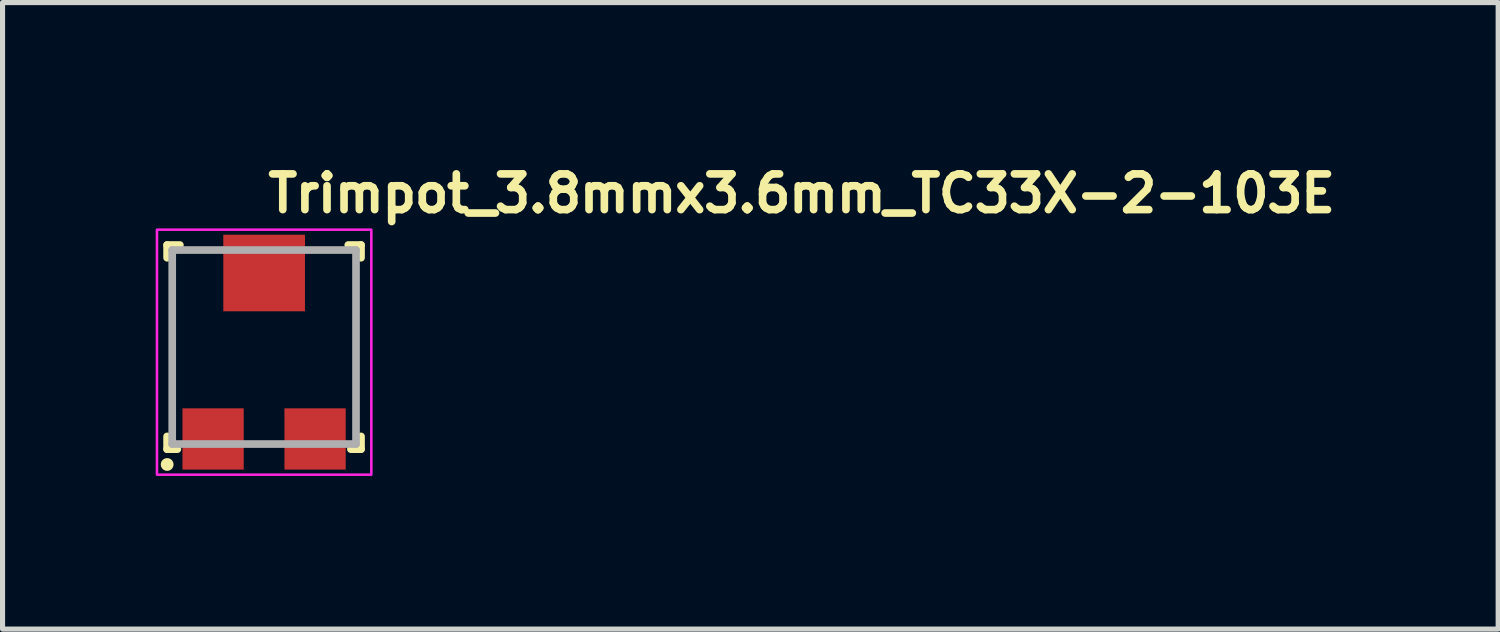
<source format=kicad_pcb>
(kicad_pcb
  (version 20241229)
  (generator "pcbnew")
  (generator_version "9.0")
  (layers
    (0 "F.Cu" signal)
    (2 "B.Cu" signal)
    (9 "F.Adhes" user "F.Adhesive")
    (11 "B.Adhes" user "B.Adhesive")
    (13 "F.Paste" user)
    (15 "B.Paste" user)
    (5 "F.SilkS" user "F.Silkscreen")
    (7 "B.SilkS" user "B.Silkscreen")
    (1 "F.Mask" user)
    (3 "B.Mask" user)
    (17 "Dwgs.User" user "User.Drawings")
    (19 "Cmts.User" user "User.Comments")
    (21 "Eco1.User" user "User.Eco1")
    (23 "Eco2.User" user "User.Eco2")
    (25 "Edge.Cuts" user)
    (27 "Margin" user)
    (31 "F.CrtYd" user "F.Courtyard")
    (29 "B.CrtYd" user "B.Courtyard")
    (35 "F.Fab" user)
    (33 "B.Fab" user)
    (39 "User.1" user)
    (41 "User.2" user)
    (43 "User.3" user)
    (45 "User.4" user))
  (footprint "Trimpot_3.8mmx3.6mm_TC33X-2-103E"
    (layer "F.Cu")
    (at 2.125 3.85)
    (property "Reference" "Trimpot_3.8mmx3.6mm_TC33X-2-103E" (at 0 -2.7 0) (layer "F.SilkS") (effects (font (size 0.7 0.7) (thickness 0.15)) (justify left bottom)))
    (attr smd)
    (fp_line (start -1.901 -2.1) (end -1.901 -1.85) (stroke (width 0.15) (type solid)) (layer "F.SilkS"))
    (fp_line (start -1.901 -2.1) (end -1.651 -2.1) (stroke (width 0.15) (type solid)) (layer "F.SilkS"))
    (fp_line (start -1.901 1.65) (end -1.901 1.9) (stroke (width 0.15) (type solid)) (layer "F.SilkS"))
    (fp_line (start -1.901 1.9) (end -1.7 1.9) (stroke (width 0.15) (type solid)) (layer "F.SilkS"))
    (fp_line (start 1.898 -2.1) (end 1.648 -2.1) (stroke (width 0.15) (type solid)) (layer "F.SilkS"))
    (fp_line (start 1.898 -2.1) (end 1.898 -1.85) (stroke (width 0.15) (type solid)) (layer "F.SilkS"))
    (fp_line (start 1.898 1.9) (end 1.699 1.9) (stroke (width 0.15) (type solid)) (layer "F.SilkS"))
    (fp_line (start 1.898 1.9) (end 1.898 1.65) (stroke (width 0.15) (type solid)) (layer "F.SilkS"))
    (fp_circle (center -1.9 2.2) (end -1.85 2.2) (stroke (width 0.15) (type solid)) (fill yes) (layer "F.SilkS"))
    (fp_rect (start -2.1 -2.4) (end 2.1 2.4) (stroke (width 0.05) (type solid)) (fill no) (layer "F.CrtYd"))
    (fp_line (start -1.801 -2.001) (end -1.801 1.799) (stroke (width 0.15) (type solid)) (layer "F.Fab"))
    (fp_line (start -1.801 -2.001) (end 1.8 -2.001) (stroke (width 0.15) (type solid)) (layer "F.Fab"))
    (fp_line (start -1.801 1.799) (end 1.8 1.799) (stroke (width 0.15) (type solid)) (layer "F.Fab"))
    (fp_line (start 1.8 1.799) (end 1.8 -2.001) (stroke (width 0.15) (type solid)) (layer "F.Fab"))
    (fp_rect (start -1.801 -2.15) (end 1.8 1.813) (stroke (width 0.1) (type solid)) (fill no) (layer "User.5"))
    (fp_line (start -1.801 -1.7) (end -1.5 -2.001) (stroke (width 0.02) (type solid)) (layer "User.9"))
    (fp_line (start -1.801 -0.208) (end -1.799 -0.109) (stroke (width 0.02) (type solid)) (layer "User.9"))
    (fp_line (start -1.801 1.75) (end -1.801 -1.7) (stroke (width 0.02) (type solid)) (layer "User.9"))
    (fp_line (start -1.801 1.799) (end -1.801 1.75) (stroke (width 0.02) (type solid)) (layer "User.9"))
    (fp_line (start -1.799 -0.109) (end -1.79 -0.01) (stroke (width 0.02) (type solid)) (layer "User.9"))
    (fp_line (start -1.797 -0.309) (end -1.801 -0.208) (stroke (width 0.02) (type solid)) (layer "User.9"))
    (fp_line (start -1.79 -0.01) (end -1.778 0.089) (stroke (width 0.02) (type solid)) (layer "User.9"))
    (fp_line (start -1.788 -0.409) (end -1.797 -0.309) (stroke (width 0.02) (type solid)) (layer "User.9"))
    (fp_line (start -1.788 -0.409) (end -1.788 -0.409) (stroke (width 0.02) (type solid)) (layer "User.9"))
    (fp_line (start -1.778 0.089) (end -1.76 0.185) (stroke (width 0.02) (type solid)) (layer "User.9"))
    (fp_line (start -1.774 -0.509) (end -1.788 -0.409) (stroke (width 0.02) (type solid)) (layer "User.9"))
    (fp_line (start -1.76 0.185) (end -1.736 0.282) (stroke (width 0.02) (type solid)) (layer "User.9"))
    (fp_line (start -1.754 -0.607) (end -1.774 -0.509) (stroke (width 0.02) (type solid)) (layer "User.9"))
    (fp_line (start -1.736 0.282) (end -1.706 0.376) (stroke (width 0.02) (type solid)) (layer "User.9"))
    (fp_line (start -1.73 -0.704) (end -1.754 -0.607) (stroke (width 0.02) (type solid)) (layer "User.9"))
    (fp_line (start -1.706 0.376) (end -1.672 0.468) (stroke (width 0.02) (type solid)) (layer "User.9"))
    (fp_line (start -1.698 -0.798) (end -1.73 -0.704) (stroke (width 0.02) (type solid)) (layer "User.9"))
    (fp_line (start -1.672 0.468) (end -1.633 0.558) (stroke (width 0.02) (type solid)) (layer "User.9"))
    (fp_line (start -1.663 -0.89) (end -1.698 -0.798) (stroke (width 0.02) (type solid)) (layer "User.9"))
    (fp_line (start -1.633 0.558) (end -1.589 0.648) (stroke (width 0.02) (type solid)) (layer "User.9"))
    (fp_line (start -1.623 -0.981) (end -1.663 -0.89) (stroke (width 0.02) (type solid)) (layer "User.9"))
    (fp_line (start -1.589 0.648) (end -1.539 0.734) (stroke (width 0.02) (type solid)) (layer "User.9"))
    (fp_line (start -1.577 -1.069) (end -1.623 -0.981) (stroke (width 0.02) (type solid)) (layer "User.9"))
    (fp_line (start -1.539 0.734) (end -1.486 0.816) (stroke (width 0.02) (type solid)) (layer "User.9"))
    (fp_line (start -1.528 -1.153) (end -1.577 -1.069) (stroke (width 0.02) (type solid)) (layer "User.9"))
    (fp_line (start -1.5 -2.001) (end -0.75 -2.001) (stroke (width 0.02) (type solid)) (layer "User.9"))
    (fp_line (start -1.486 0.816) (end -1.428 0.898) (stroke (width 0.02) (type solid)) (layer "User.9"))
    (fp_line (start -1.474 -1.235) (end -1.528 -1.153) (stroke (width 0.02) (type solid)) (layer "User.9"))
    (fp_line (start -1.428 0.898) (end -1.365 0.976) (stroke (width 0.02) (type solid)) (layer "User.9"))
    (fp_line (start -1.414 -1.315) (end -1.474 -1.235) (stroke (width 0.02) (type solid)) (layer "User.9"))
    (fp_line (start -1.365 0.976) (end -1.297 1.049) (stroke (width 0.02) (type solid)) (layer "User.9"))
    (fp_line (start -1.351 -1.392) (end -1.414 -1.315) (stroke (width 0.02) (type solid)) (layer "User.9"))
    (fp_line (start -1.351 1.775) (end -1.351 0.991) (stroke (width 0.02) (type solid)) (layer "User.9"))
    (fp_line (start -1.351 1.799) (end -1.801 1.799) (stroke (width 0.02) (type solid)) (layer "User.9"))
    (fp_line (start -1.351 1.799) (end -1.801 1.799) (stroke (width 0.02) (type solid)) (layer "User.9"))
    (fp_line (start -1.351 1.813) (end -1.351 1.775) (stroke (width 0.02) (type solid)) (layer "User.9"))
    (fp_line (start -1.351 1.813) (end -0.402 1.813) (stroke (width 0.02) (type solid)) (layer "User.9"))
    (fp_line (start -1.297 1.049) (end -0.896 1.049) (stroke (width 0.02) (type solid)) (layer "User.9"))
    (fp_line (start -1.283 -1.463) (end -1.351 -1.392) (stroke (width 0.02) (type solid)) (layer "User.9"))
    (fp_line (start -1.25 -0.475) (end -0.806 -0.475) (stroke (width 0.02) (type solid)) (layer "User.9"))
    (fp_line (start -1.25 0.074) (end -1.25 -0.475) (stroke (width 0.02) (type solid)) (layer "User.9"))
    (fp_line (start -1.212 -1.533) (end -1.283 -1.463) (stroke (width 0.02) (type solid)) (layer "User.9"))
    (fp_line (start -1.137 -1.598) (end -1.212 -1.533) (stroke (width 0.02) (type solid)) (layer "User.9"))
    (fp_line (start -1.057 -1.658) (end -1.137 -1.598) (stroke (width 0.02) (type solid)) (layer "User.9"))
    (fp_line (start -0.973 -1.715) (end -1.057 -1.658) (stroke (width 0.02) (type solid)) (layer "User.9"))
    (fp_line (start -0.896 1.049) (end -0.896 1.4) (stroke (width 0.02) (type solid)) (layer "User.9"))
    (fp_line (start -0.896 1.4) (end 0.894 1.4) (stroke (width 0.02) (type solid)) (layer "User.9"))
    (fp_line (start -0.806 -0.475) (end -0.797 -0.499) (stroke (width 0.02) (type solid)) (layer "User.9"))
    (fp_line (start -0.806 -0.475) (end -0.699 -0.475) (stroke (width 0.02) (type solid)) (layer "User.9"))
    (fp_line (start -0.806 0.074) (end -1.25 0.074) (stroke (width 0.02) (type solid)) (layer "User.9"))
    (fp_line (start -0.802 -0.2) (end -0.801 -0.236) (stroke (width 0.02) (type solid)) (layer "User.9"))
    (fp_line (start -0.801 -0.236) (end -0.798 -0.271) (stroke (width 0.02) (type solid)) (layer "User.9"))
    (fp_line (start -0.801 -0.165) (end -0.802 -0.2) (stroke (width 0.02) (type solid)) (layer "User.9"))
    (fp_line (start -0.798 -0.271) (end -0.795 -0.305) (stroke (width 0.02) (type solid)) (layer "User.9"))
    (fp_line (start -0.798 -0.131) (end -0.801 -0.165) (stroke (width 0.02) (type solid)) (layer "User.9"))
    (fp_line (start -0.797 -0.499) (end -0.789 -0.521) (stroke (width 0.02) (type solid)) (layer "User.9"))
    (fp_line (start -0.797 0.098) (end -0.806 0.074) (stroke (width 0.02) (type solid)) (layer "User.9"))
    (fp_line (start -0.795 -0.305) (end -0.789 -0.34) (stroke (width 0.02) (type solid)) (layer "User.9"))
    (fp_line (start -0.795 -0.096) (end -0.798 -0.131) (stroke (width 0.02) (type solid)) (layer "User.9"))
    (fp_line (start -0.789 -0.521) (end -0.779 -0.543) (stroke (width 0.02) (type solid)) (layer "User.9"))
    (fp_line (start -0.789 -0.34) (end -0.782 -0.374) (stroke (width 0.02) (type solid)) (layer "User.9"))
    (fp_line (start -0.789 -0.062) (end -0.795 -0.096) (stroke (width 0.02) (type solid)) (layer "User.9"))
    (fp_line (start -0.789 0.12) (end -0.797 0.098) (stroke (width 0.02) (type solid)) (layer "User.9"))
    (fp_line (start -0.787 0.074) (end -0.752 0.074) (stroke (width 0.02) (type solid)) (layer "User.9"))
    (fp_line (start -0.782 -0.374) (end -0.774 -0.408) (stroke (width 0.02) (type solid)) (layer "User.9"))
    (fp_line (start -0.782 -0.026) (end -0.789 -0.062) (stroke (width 0.02) (type solid)) (layer "User.9"))
    (fp_line (start -0.779 -0.543) (end -0.768 -0.566) (stroke (width 0.02) (type solid)) (layer "User.9"))
    (fp_line (start -0.779 0.143) (end -0.789 0.12) (stroke (width 0.02) (type solid)) (layer "User.9"))
    (fp_line (start -0.774 -0.408) (end -0.763 -0.442) (stroke (width 0.02) (type solid)) (layer "User.9"))
    (fp_line (start -0.774 0.007) (end -0.782 -0.026) (stroke (width 0.02) (type solid)) (layer "User.9"))
    (fp_line (start -0.768 -0.566) (end -0.757 -0.587) (stroke (width 0.02) (type solid)) (layer "User.9"))
    (fp_line (start -0.768 0.166) (end -0.779 0.143) (stroke (width 0.02) (type solid)) (layer "User.9"))
    (fp_line (start -0.763 -0.442) (end -0.752 -0.475) (stroke (width 0.02) (type solid)) (layer "User.9"))
    (fp_line (start -0.763 0.041) (end -0.774 0.007) (stroke (width 0.02) (type solid)) (layer "User.9"))
    (fp_line (start -0.757 -0.587) (end -0.746 -0.608) (stroke (width 0.02) (type solid)) (layer "User.9"))
    (fp_line (start -0.757 0.187) (end -0.768 0.166) (stroke (width 0.02) (type solid)) (layer "User.9"))
    (fp_line (start -0.754 -0.475) (end -0.752 -0.475) (stroke (width 0.02) (type solid)) (layer "User.9"))
    (fp_line (start -0.752 0.074) (end -0.763 0.041) (stroke (width 0.02) (type solid)) (layer "User.9"))
    (fp_line (start -0.75 -1.715) (end -0.75 -2.001) (stroke (width 0.02) (type solid)) (layer "User.9"))
    (fp_line (start -0.75 -0.236) (end -0.747 -0.271) (stroke (width 0.02) (type solid)) (layer "User.9"))
    (fp_line (start -0.75 -0.2) (end -0.75 -0.236) (stroke (width 0.02) (type solid)) (layer "User.9"))
    (fp_line (start -0.75 -0.165) (end -0.75 -0.2) (stroke (width 0.02) (type solid)) (layer "User.9"))
    (fp_line (start -0.747 -0.271) (end -0.743 -0.306) (stroke (width 0.02) (type solid)) (layer "User.9"))
    (fp_line (start -0.747 -0.131) (end -0.75 -0.165) (stroke (width 0.02) (type solid)) (layer "User.9"))
    (fp_line (start -0.746 -0.608) (end -0.734 -0.63) (stroke (width 0.02) (type solid)) (layer "User.9"))
    (fp_line (start -0.746 0.208) (end -0.757 0.187) (stroke (width 0.02) (type solid)) (layer "User.9"))
    (fp_line (start -0.743 -0.306) (end -0.737 -0.34) (stroke (width 0.02) (type solid)) (layer "User.9"))
    (fp_line (start -0.743 -0.096) (end -0.747 -0.131) (stroke (width 0.02) (type solid)) (layer "User.9"))
    (fp_line (start -0.737 -0.34) (end -0.73 -0.375) (stroke (width 0.02) (type solid)) (layer "User.9"))
    (fp_line (start -0.737 -0.061) (end -0.743 -0.096) (stroke (width 0.02) (type solid)) (layer "User.9"))
    (fp_line (start -0.734 -0.63) (end -0.722 -0.649) (stroke (width 0.02) (type solid)) (layer "User.9"))
    (fp_line (start -0.734 0.23) (end -0.746 0.208) (stroke (width 0.02) (type solid)) (layer "User.9"))
    (fp_line (start -0.73 -2.15) (end -0.425 -2.15) (stroke (width 0.02) (type solid)) (layer "User.9"))
    (fp_line (start -0.73 -1.715) (end -0.73 -2.15) (stroke (width 0.02) (type solid)) (layer "User.9"))
    (fp_line (start -0.73 -0.375) (end -0.721 -0.408) (stroke (width 0.02) (type solid)) (layer "User.9"))
    (fp_line (start -0.73 -0.026) (end -0.737 -0.061) (stroke (width 0.02) (type solid)) (layer "User.9"))
    (fp_line (start -0.722 -0.649) (end -0.709 -0.67) (stroke (width 0.02) (type solid)) (layer "User.9"))
    (fp_line (start -0.722 0.25) (end -0.734 0.23) (stroke (width 0.02) (type solid)) (layer "User.9"))
    (fp_line (start -0.721 -0.408) (end -0.711 -0.442) (stroke (width 0.02) (type solid)) (layer "User.9"))
    (fp_line (start -0.721 0.007) (end -0.73 -0.026) (stroke (width 0.02) (type solid)) (layer "User.9"))
    (fp_line (start -0.711 -0.442) (end -0.699 -0.475) (stroke (width 0.02) (type solid)) (layer "User.9"))
    (fp_line (start -0.711 0.041) (end -0.721 0.007) (stroke (width 0.02) (type solid)) (layer "User.9"))
    (fp_line (start -0.709 -0.67) (end -0.696 -0.691) (stroke (width 0.02) (type solid)) (layer "User.9"))
    (fp_line (start -0.709 0.27) (end -0.722 0.25) (stroke (width 0.02) (type solid)) (layer "User.9"))
    (fp_line (start -0.704 0.074) (end -0.699 0.074) (stroke (width 0.02) (type solid)) (layer "User.9"))
    (fp_line (start -0.701 -0.234) (end -0.701 -0.218) (stroke (width 0.02) (type solid)) (layer "User.9"))
    (fp_line (start -0.701 -0.218) (end -0.701 -0.2) (stroke (width 0.02) (type solid)) (layer "User.9"))
    (fp_line (start -0.701 -0.2) (end -0.701 -0.2) (stroke (width 0.02) (type solid)) (layer "User.9"))
    (fp_line (start -0.701 -0.2) (end -0.701 -0.183) (stroke (width 0.02) (type solid)) (layer "User.9"))
    (fp_line (start -0.701 -0.183) (end -0.701 -0.167) (stroke (width 0.02) (type solid)) (layer "User.9"))
    (fp_line (start -0.701 -0.167) (end -0.7 -0.15) (stroke (width 0.02) (type solid)) (layer "User.9"))
    (fp_line (start -0.7 -0.251) (end -0.701 -0.234) (stroke (width 0.02) (type solid)) (layer "User.9"))
    (fp_line (start -0.7 -0.15) (end -0.698 -0.134) (stroke (width 0.02) (type solid)) (layer "User.9"))
    (fp_line (start -0.699 -0.475) (end -0.684 -0.512) (stroke (width 0.02) (type solid)) (layer "User.9"))
    (fp_line (start -0.699 0.074) (end -0.806 0.074) (stroke (width 0.02) (type solid)) (layer "User.9"))
    (fp_line (start -0.699 0.074) (end -0.711 0.041) (stroke (width 0.02) (type solid)) (layer "User.9"))
    (fp_line (start -0.698 -0.267) (end -0.7 -0.251) (stroke (width 0.02) (type solid)) (layer "User.9"))
    (fp_line (start -0.698 -0.134) (end -0.697 -0.118) (stroke (width 0.02) (type solid)) (layer "User.9"))
    (fp_line (start -0.697 -0.283) (end -0.698 -0.267) (stroke (width 0.02) (type solid)) (layer "User.9"))
    (fp_line (start -0.697 -0.118) (end -0.695 -0.101) (stroke (width 0.02) (type solid)) (layer "User.9"))
    (fp_line (start -0.696 -0.691) (end -0.682 -0.71) (stroke (width 0.02) (type solid)) (layer "User.9"))
    (fp_line (start -0.696 0.29) (end -0.709 0.27) (stroke (width 0.02) (type solid)) (layer "User.9"))
    (fp_line (start -0.695 -0.3) (end -0.697 -0.283) (stroke (width 0.02) (type solid)) (layer "User.9"))
    (fp_line (start -0.695 -0.101) (end -0.692 -0.085) (stroke (width 0.02) (type solid)) (layer "User.9"))
    (fp_line (start -0.692 -0.315) (end -0.695 -0.3) (stroke (width 0.02) (type solid)) (layer "User.9"))
    (fp_line (start -0.692 -0.085) (end -0.689 -0.069) (stroke (width 0.02) (type solid)) (layer "User.9"))
    (fp_line (start -0.689 -0.332) (end -0.692 -0.315) (stroke (width 0.02) (type solid)) (layer "User.9"))
    (fp_line (start -0.689 -0.069) (end -0.686 -0.053) (stroke (width 0.02) (type solid)) (layer "User.9"))
    (fp_line (start -0.686 -0.347) (end -0.689 -0.332) (stroke (width 0.02) (type solid)) (layer "User.9"))
    (fp_line (start -0.686 -0.053) (end -0.682 -0.037) (stroke (width 0.02) (type solid)) (layer "User.9"))
    (fp_line (start -0.684 -0.512) (end -0.667 -0.545) (stroke (width 0.02) (type solid)) (layer "User.9"))
    (fp_line (start -0.684 0.111) (end -0.699 0.074) (stroke (width 0.02) (type solid)) (layer "User.9"))
    (fp_line (start -0.682 -0.71) (end -0.667 -0.729) (stroke (width 0.02) (type solid)) (layer "User.9"))
    (fp_line (start -0.682 -0.364) (end -0.686 -0.347) (stroke (width 0.02) (type solid)) (layer "User.9"))
    (fp_line (start -0.682 -0.037) (end -0.678 -0.022) (stroke (width 0.02) (type solid)) (layer "User.9"))
    (fp_line (start -0.682 0.31) (end -0.696 0.29) (stroke (width 0.02) (type solid)) (layer "User.9"))
    (fp_line (start -0.678 -0.379) (end -0.682 -0.364) (stroke (width 0.02) (type solid)) (layer "User.9"))
    (fp_line (start -0.678 -0.022) (end -0.674 -0.005) (stroke (width 0.02) (type solid)) (layer "User.9"))
    (fp_line (start -0.674 -0.396) (end -0.678 -0.379) (stroke (width 0.02) (type solid)) (layer "User.9"))
    (fp_line (start -0.674 -0.005) (end -0.669 0.01) (stroke (width 0.02) (type solid)) (layer "User.9"))
    (fp_line (start -0.669 -0.411) (end -0.674 -0.396) (stroke (width 0.02) (type solid)) (layer "User.9"))
    (fp_line (start -0.669 0.01) (end -0.664 0.026) (stroke (width 0.02) (type solid)) (layer "User.9"))
    (fp_line (start -0.667 -0.729) (end -0.652 -0.747) (stroke (width 0.02) (type solid)) (layer "User.9"))
    (fp_line (start -0.667 -0.545) (end -0.649 -0.58) (stroke (width 0.02) (type solid)) (layer "User.9"))
    (fp_line (start -0.667 0.145) (end -0.684 0.111) (stroke (width 0.02) (type solid)) (layer "User.9"))
    (fp_line (start -0.667 0.328) (end -0.682 0.31) (stroke (width 0.02) (type solid)) (layer "User.9"))
    (fp_line (start -0.664 -0.427) (end -0.669 -0.411) (stroke (width 0.02) (type solid)) (layer "User.9"))
    (fp_line (start -0.664 0.026) (end -0.658 0.041) (stroke (width 0.02) (type solid)) (layer "User.9"))
    (fp_line (start -0.658 -0.443) (end -0.664 -0.427) (stroke (width 0.02) (type solid)) (layer "User.9"))
    (fp_line (start -0.658 0.041) (end -0.652 0.058) (stroke (width 0.02) (type solid)) (layer "User.9"))
    (fp_line (start -0.652 -0.747) (end -0.635 -0.765) (stroke (width 0.02) (type solid)) (layer "User.9"))
    (fp_line (start -0.652 -0.458) (end -0.658 -0.443) (stroke (width 0.02) (type solid)) (layer "User.9"))
    (fp_line (start -0.652 -0.458) (end -0.652 -0.458) (stroke (width 0.02) (type solid)) (layer "User.9"))
    (fp_line (start -0.652 0.058) (end -0.652 0.058) (stroke (width 0.02) (type solid)) (layer "User.9"))
    (fp_line (start -0.652 0.058) (end -0.645 0.074) (stroke (width 0.02) (type solid)) (layer "User.9"))
    (fp_line (start -0.652 0.348) (end -0.667 0.328) (stroke (width 0.02) (type solid)) (layer "User.9"))
    (fp_line (start -0.649 -0.58) (end -0.627 -0.612) (stroke (width 0.02) (type solid)) (layer "User.9"))
    (fp_line (start -0.649 0.179) (end -0.667 0.145) (stroke (width 0.02) (type solid)) (layer "User.9"))
    (fp_line (start -0.645 -0.474) (end -0.652 -0.458) (stroke (width 0.02) (type solid)) (layer "User.9"))
    (fp_line (start -0.645 0.074) (end -0.637 0.091) (stroke (width 0.02) (type solid)) (layer "User.9"))
    (fp_line (start -0.637 -0.492) (end -0.645 -0.474) (stroke (width 0.02) (type solid)) (layer "User.9"))
    (fp_line (start -0.637 0.091) (end -0.63 0.107) (stroke (width 0.02) (type solid)) (layer "User.9"))
    (fp_line (start -0.635 -0.765) (end -0.619 -0.783) (stroke (width 0.02) (type solid)) (layer "User.9"))
    (fp_line (start -0.635 0.366) (end -0.652 0.348) (stroke (width 0.02) (type solid)) (layer "User.9"))
    (fp_line (start -0.63 -0.508) (end -0.637 -0.492) (stroke (width 0.02) (type solid)) (layer "User.9"))
    (fp_line (start -0.63 0.107) (end -0.622 0.122) (stroke (width 0.02) (type solid)) (layer "User.9"))
    (fp_line (start -0.627 -0.612) (end -0.605 -0.644) (stroke (width 0.02) (type solid)) (layer "User.9"))
    (fp_line (start -0.627 0.211) (end -0.649 0.179) (stroke (width 0.02) (type solid)) (layer "User.9"))
    (fp_line (start -0.622 -0.523) (end -0.63 -0.508) (stroke (width 0.02) (type solid)) (layer "User.9"))
    (fp_line (start -0.622 0.122) (end -0.613 0.138) (stroke (width 0.02) (type solid)) (layer "User.9"))
    (fp_line (start -0.619 -0.783) (end -0.602 -0.801) (stroke (width 0.02) (type solid)) (layer "User.9"))
    (fp_line (start -0.619 0.384) (end -0.635 0.366) (stroke (width 0.02) (type solid)) (layer "User.9"))
    (fp_line (start -0.613 -0.539) (end -0.622 -0.523) (stroke (width 0.02) (type solid)) (layer "User.9"))
    (fp_line (start -0.613 0.138) (end -0.604 0.154) (stroke (width 0.02) (type solid)) (layer "User.9"))
    (fp_line (start -0.605 -0.644) (end -0.582 -0.674) (stroke (width 0.02) (type solid)) (layer "User.9"))
    (fp_line (start -0.605 0.244) (end -0.627 0.211) (stroke (width 0.02) (type solid)) (layer "User.9"))
    (fp_line (start -0.604 -0.555) (end -0.613 -0.539) (stroke (width 0.02) (type solid)) (layer "User.9"))
    (fp_line (start -0.604 0.154) (end -0.595 0.17) (stroke (width 0.02) (type solid)) (layer "User.9"))
    (fp_line (start -0.602 -0.801) (end -0.602 -0.801) (stroke (width 0.02) (type solid)) (layer "User.9"))
    (fp_line (start -0.602 -0.801) (end -0.584 -0.819) (stroke (width 0.02) (type solid)) (layer "User.9"))
    (fp_line (start -0.602 0.401) (end -0.619 0.384) (stroke (width 0.02) (type solid)) (layer "User.9"))
    (fp_line (start -0.602 0.401) (end -0.602 0.401) (stroke (width 0.02) (type solid)) (layer "User.9"))
    (fp_line (start -0.595 -0.57) (end -0.604 -0.555) (stroke (width 0.02) (type solid)) (layer "User.9"))
    (fp_line (start -0.595 0.17) (end -0.586 0.184) (stroke (width 0.02) (type solid)) (layer "User.9"))
    (fp_line (start -0.586 -0.585) (end -0.595 -0.57) (stroke (width 0.02) (type solid)) (layer "User.9"))
    (fp_line (start -0.586 0.184) (end -0.577 0.198) (stroke (width 0.02) (type solid)) (layer "User.9"))
    (fp_line (start -0.584 -0.819) (end -0.567 -0.835) (stroke (width 0.02) (type solid)) (layer "User.9"))
    (fp_line (start -0.584 0.417) (end -0.602 0.401) (stroke (width 0.02) (type solid)) (layer "User.9"))
    (fp_line (start -0.582 -0.674) (end -0.558 -0.704) (stroke (width 0.02) (type solid)) (layer "User.9"))
    (fp_line (start -0.582 0.273) (end -0.605 0.244) (stroke (width 0.02) (type solid)) (layer "User.9"))
    (fp_line (start -0.577 -0.599) (end -0.586 -0.585) (stroke (width 0.02) (type solid)) (layer "User.9"))
    (fp_line (start -0.577 0.198) (end -0.566 0.213) (stroke (width 0.02) (type solid)) (layer "User.9"))
    (fp_line (start -0.573 -0.2) (end -0.572 -0.163) (stroke (width 0.02) (type solid)) (layer "User.9"))
    (fp_line (start -0.572 -0.238) (end -0.573 -0.2) (stroke (width 0.02) (type solid)) (layer "User.9"))
    (fp_line (start -0.572 -0.163) (end -0.568 -0.126) (stroke (width 0.02) (type solid)) (layer "User.9"))
    (fp_line (start -0.568 -0.274) (end -0.572 -0.238) (stroke (width 0.02) (type solid)) (layer "User.9"))
    (fp_line (start -0.568 -0.126) (end -0.562 -0.09) (stroke (width 0.02) (type solid)) (layer "User.9"))
    (fp_line (start -0.567 -0.835) (end -0.549 -0.851) (stroke (width 0.02) (type solid)) (layer "User.9"))
    (fp_line (start -0.567 0.434) (end -0.584 0.417) (stroke (width 0.02) (type solid)) (layer "User.9"))
    (fp_line (start -0.566 -0.614) (end -0.577 -0.599) (stroke (width 0.02) (type solid)) (layer "User.9"))
    (fp_line (start -0.566 0.213) (end -0.556 0.228) (stroke (width 0.02) (type solid)) (layer "User.9"))
    (fp_line (start -0.562 -0.311) (end -0.568 -0.274) (stroke (width 0.02) (type solid)) (layer "User.9"))
    (fp_line (start -0.562 -0.09) (end -0.554 -0.053) (stroke (width 0.02) (type solid)) (layer "User.9"))
    (fp_line (start -0.558 -0.704) (end -0.532 -0.731) (stroke (width 0.02) (type solid)) (layer "User.9"))
    (fp_line (start -0.558 0.303) (end -0.582 0.273) (stroke (width 0.02) (type solid)) (layer "User.9"))
    (fp_line (start -0.556 -0.629) (end -0.566 -0.614) (stroke (width 0.02) (type solid)) (layer "User.9"))
    (fp_line (start -0.556 0.228) (end -0.545 0.242) (stroke (width 0.02) (type solid)) (layer "User.9"))
    (fp_line (start -0.554 -0.347) (end -0.562 -0.311) (stroke (width 0.02) (type solid)) (layer "User.9"))
    (fp_line (start -0.554 -0.053) (end -0.543 -0.018) (stroke (width 0.02) (type solid)) (layer "User.9"))
    (fp_line (start -0.549 -0.851) (end -0.53 -0.867) (stroke (width 0.02) (type solid)) (layer "User.9"))
    (fp_line (start -0.548 0.45) (end -0.567 0.434) (stroke (width 0.02) (type solid)) (layer "User.9"))
    (fp_line (start -0.545 -0.643) (end -0.556 -0.629) (stroke (width 0.02) (type solid)) (layer "User.9"))
    (fp_line (start -0.545 0.242) (end -0.533 0.255) (stroke (width 0.02) (type solid)) (layer "User.9"))
    (fp_line (start -0.543 -0.382) (end -0.554 -0.347) (stroke (width 0.02) (type solid)) (layer "User.9"))
    (fp_line (start -0.543 -0.018) (end -0.53 0.017) (stroke (width 0.02) (type solid)) (layer "User.9"))
    (fp_line (start -0.533 -0.655) (end -0.545 -0.643) (stroke (width 0.02) (type solid)) (layer "User.9"))
    (fp_line (start -0.533 0.255) (end -0.521 0.268) (stroke (width 0.02) (type solid)) (layer "User.9"))
    (fp_line (start -0.532 -0.731) (end -0.503 -0.756) (stroke (width 0.02) (type solid)) (layer "User.9"))
    (fp_line (start -0.532 0.329) (end -0.558 0.303) (stroke (width 0.02) (type solid)) (layer "User.9"))
    (fp_line (start -0.53 -0.867) (end -0.51 -0.88) (stroke (width 0.02) (type solid)) (layer "User.9"))
    (fp_line (start -0.53 -0.418) (end -0.543 -0.382) (stroke (width 0.02) (type solid)) (layer "User.9"))
    (fp_line (start -0.53 0.017) (end -0.514 0.051) (stroke (width 0.02) (type solid)) (layer "User.9"))
    (fp_line (start -0.53 0.465) (end -0.548 0.45) (stroke (width 0.02) (type solid)) (layer "User.9"))
    (fp_line (start -0.521 -0.669) (end -0.533 -0.655) (stroke (width 0.02) (type solid)) (layer "User.9"))
    (fp_line (start -0.521 0.268) (end -0.508 0.282) (stroke (width 0.02) (type solid)) (layer "User.9"))
    (fp_line (start -0.514 -0.453) (end -0.53 -0.418) (stroke (width 0.02) (type solid)) (layer "User.9"))
    (fp_line (start -0.514 0.051) (end -0.495 0.085) (stroke (width 0.02) (type solid)) (layer "User.9"))
    (fp_line (start -0.51 -0.88) (end -0.491 -0.895) (stroke (width 0.02) (type solid)) (layer "User.9"))
    (fp_line (start -0.51 0.481) (end -0.53 0.465) (stroke (width 0.02) (type solid)) (layer "User.9"))
    (fp_line (start -0.508 -0.683) (end -0.521 -0.669) (stroke (width 0.02) (type solid)) (layer "User.9"))
    (fp_line (start -0.508 0.282) (end -0.495 0.295) (stroke (width 0.02) (type solid)) (layer "User.9"))
    (fp_line (start -0.503 -0.756) (end -0.475 -0.781) (stroke (width 0.02) (type solid)) (layer "User.9"))
    (fp_line (start -0.503 0.357) (end -0.532 0.329) (stroke (width 0.02) (type solid)) (layer "User.9"))
    (fp_line (start -0.495 -0.696) (end -0.508 -0.683) (stroke (width 0.02) (type solid)) (layer "User.9"))
    (fp_line (start -0.495 -0.696) (end -0.495 -0.696) (stroke (width 0.02) (type solid)) (layer "User.9"))
    (fp_line (start -0.495 -0.486) (end -0.514 -0.453) (stroke (width 0.02) (type solid)) (layer "User.9"))
    (fp_line (start -0.495 -0.486) (end -0.495 -0.486) (stroke (width 0.02) (type solid)) (layer "User.9"))
    (fp_line (start -0.495 0.085) (end -0.495 0.085) (stroke (width 0.02) (type solid)) (layer "User.9"))
    (fp_line (start -0.495 0.085) (end -0.486 0.102) (stroke (width 0.02) (type solid)) (layer "User.9"))
    (fp_line (start -0.495 0.295) (end -0.495 0.295) (stroke (width 0.02) (type solid)) (layer "User.9"))
    (fp_line (start -0.495 0.295) (end -0.483 0.308) (stroke (width 0.02) (type solid)) (layer "User.9"))
    (fp_line (start -0.491 -0.895) (end -0.472 -0.908) (stroke (width 0.02) (type solid)) (layer "User.9"))
    (fp_line (start -0.49 0.495) (end -0.51 0.481) (stroke (width 0.02) (type solid)) (layer "User.9"))
    (fp_line (start -0.486 0.102) (end -0.476 0.118) (stroke (width 0.02) (type solid)) (layer "User.9"))
    (fp_line (start -0.483 -0.708) (end -0.495 -0.696) (stroke (width 0.02) (type solid)) (layer "User.9"))
    (fp_line (start -0.483 0.308) (end -0.471 0.319) (stroke (width 0.02) (type solid)) (layer "User.9"))
    (fp_line (start -0.476 -0.519) (end -0.495 -0.486) (stroke (width 0.02) (type solid)) (layer "User.9"))
    (fp_line (start -0.476 0.118) (end -0.465 0.133) (stroke (width 0.02) (type solid)) (layer "User.9"))
    (fp_line (start -0.475 -0.781) (end -0.444 -0.805) (stroke (width 0.02) (type solid)) (layer "User.9"))
    (fp_line (start -0.475 0.382) (end -0.503 0.357) (stroke (width 0.02) (type solid)) (layer "User.9"))
    (fp_line (start -0.472 -0.908) (end -0.452 -0.921) (stroke (width 0.02) (type solid)) (layer "User.9"))
    (fp_line (start -0.471 0.319) (end -0.457 0.331) (stroke (width 0.02) (type solid)) (layer "User.9"))
    (fp_line (start -0.471 0.509) (end -0.49 0.495) (stroke (width 0.02) (type solid)) (layer "User.9"))
    (fp_line (start -0.47 -0.721) (end -0.483 -0.708) (stroke (width 0.02) (type solid)) (layer "User.9"))
    (fp_line (start -0.465 0.133) (end -0.454 0.148) (stroke (width 0.02) (type solid)) (layer "User.9"))
    (fp_line (start -0.457 -0.733) (end -0.47 -0.721) (stroke (width 0.02) (type solid)) (layer "User.9"))
    (fp_line (start -0.457 0.331) (end -0.442 0.342) (stroke (width 0.02) (type solid)) (layer "User.9"))
    (fp_line (start -0.454 -0.549) (end -0.476 -0.519) (stroke (width 0.02) (type solid)) (layer "User.9"))
    (fp_line (start -0.454 0.148) (end -0.442 0.164) (stroke (width 0.02) (type solid)) (layer "User.9"))
    (fp_line (start -0.452 -0.921) (end -0.43 -0.934) (stroke (width 0.02) (type solid)) (layer "User.9"))
    (fp_line (start -0.451 0.522) (end -0.471 0.509) (stroke (width 0.02) (type solid)) (layer "User.9"))
    (fp_line (start -0.444 -0.805) (end -0.413 -0.828) (stroke (width 0.02) (type solid)) (layer "User.9"))
    (fp_line (start -0.444 0.405) (end -0.475 0.382) (stroke (width 0.02) (type solid)) (layer "User.9"))
    (fp_line (start -0.442 -0.744) (end -0.457 -0.733) (stroke (width 0.02) (type solid)) (layer "User.9"))
    (fp_line (start -0.442 0.164) (end -0.429 0.178) (stroke (width 0.02) (type solid)) (layer "User.9"))
    (fp_line (start -0.442 0.342) (end -0.429 0.354) (stroke (width 0.02) (type solid)) (layer "User.9"))
    (fp_line (start -0.43 -0.934) (end -0.41 -0.946) (stroke (width 0.02) (type solid)) (layer "User.9"))
    (fp_line (start -0.43 0.534) (end -0.451 0.522) (stroke (width 0.02) (type solid)) (layer "User.9"))
    (fp_line (start -0.429 -0.579) (end -0.454 -0.549) (stroke (width 0.02) (type solid)) (layer "User.9"))
    (fp_line (start -0.429 0.178) (end -0.417 0.191) (stroke (width 0.02) (type solid)) (layer "User.9"))
    (fp_line (start -0.429 0.354) (end -0.415 0.365) (stroke (width 0.02) (type solid)) (layer "User.9"))
    (fp_line (start -0.428 -0.754) (end -0.442 -0.744) (stroke (width 0.02) (type solid)) (layer "User.9"))
    (fp_line (start -0.425 -1.9) (end -0.425 -2.15) (stroke (width 0.02) (type solid)) (layer "User.9"))
    (fp_line (start -0.42 -2.001) (end 0.418 -2.001) (stroke (width 0.02) (type solid)) (layer "User.9"))
    (fp_line (start -0.42 -1.9) (end -0.425 -1.9) (stroke (width 0.02) (type solid)) (layer "User.9"))
    (fp_line (start -0.42 -1.9) (end -0.42 -2.001) (stroke (width 0.02) (type solid)) (layer "User.9"))
    (fp_line (start -0.417 0.191) (end -0.405 0.204) (stroke (width 0.02) (type solid)) (layer "User.9"))
    (fp_line (start -0.415 -0.765) (end -0.428 -0.754) (stroke (width 0.02) (type solid)) (layer "User.9"))
    (fp_line (start -0.415 0.365) (end -0.401 0.375) (stroke (width 0.02) (type solid)) (layer "User.9"))
    (fp_line (start -0.413 -0.828) (end -0.38 -0.848) (stroke (width 0.02) (type solid)) (layer "User.9"))
    (fp_line (start -0.413 0.426) (end -0.444 0.405) (stroke (width 0.02) (type solid)) (layer "User.9"))
    (fp_line (start -0.41 -0.946) (end -0.389 -0.958) (stroke (width 0.02) (type solid)) (layer "User.9"))
    (fp_line (start -0.41 0.545) (end -0.43 0.534) (stroke (width 0.02) (type solid)) (layer "User.9"))
    (fp_line (start -0.405 -0.605) (end -0.429 -0.579) (stroke (width 0.02) (type solid)) (layer "User.9"))
    (fp_line (start -0.405 0.204) (end -0.391 0.218) (stroke (width 0.02) (type solid)) (layer "User.9"))
    (fp_line (start -0.402 1.775) (end -0.402 1.4) (stroke (width 0.02) (type solid)) (layer "User.9"))
    (fp_line (start -0.402 1.813) (end -0.402 1.775) (stroke (width 0.02) (type solid)) (layer "User.9"))
    (fp_line (start -0.401 -0.775) (end -0.415 -0.765) (stroke (width 0.02) (type solid)) (layer "User.9"))
    (fp_line (start -0.401 0.375) (end -0.386 0.385) (stroke (width 0.02) (type solid)) (layer "User.9"))
    (fp_line (start -0.391 0.218) (end -0.377 0.231) (stroke (width 0.02) (type solid)) (layer "User.9"))
    (fp_line (start -0.389 -0.958) (end -0.366 -0.968) (stroke (width 0.02) (type solid)) (layer "User.9"))
    (fp_line (start -0.388 0.556) (end -0.41 0.545) (stroke (width 0.02) (type solid)) (layer "User.9"))
    (fp_line (start -0.386 -0.785) (end -0.401 -0.775) (stroke (width 0.02) (type solid)) (layer "User.9"))
    (fp_line (start -0.386 0.385) (end -0.37 0.395) (stroke (width 0.02) (type solid)) (layer "User.9"))
    (fp_line (start -0.38 -0.848) (end -0.347 -0.866) (stroke (width 0.02) (type solid)) (layer "User.9"))
    (fp_line (start -0.38 0.446) (end -0.413 0.426) (stroke (width 0.02) (type solid)) (layer "User.9"))
    (fp_line (start -0.377 -0.631) (end -0.405 -0.605) (stroke (width 0.02) (type solid)) (layer "User.9"))
    (fp_line (start -0.377 0.231) (end -0.362 0.243) (stroke (width 0.02) (type solid)) (layer "User.9"))
    (fp_line (start -0.37 -0.795) (end -0.386 -0.785) (stroke (width 0.02) (type solid)) (layer "User.9"))
    (fp_line (start -0.37 0.395) (end -0.355 0.404) (stroke (width 0.02) (type solid)) (layer "User.9"))
    (fp_line (start -0.366 -0.968) (end -0.345 -0.978) (stroke (width 0.02) (type solid)) (layer "User.9"))
    (fp_line (start -0.366 0.567) (end -0.388 0.556) (stroke (width 0.02) (type solid)) (layer "User.9"))
    (fp_line (start -0.362 0.243) (end -0.349 0.253) (stroke (width 0.02) (type solid)) (layer "User.9"))
    (fp_line (start -0.355 -0.804) (end -0.37 -0.795) (stroke (width 0.02) (type solid)) (layer "User.9"))
    (fp_line (start -0.355 0.404) (end -0.34 0.412) (stroke (width 0.02) (type solid)) (layer "User.9"))
    (fp_line (start -0.353 -1.715) (end -0.973 -1.715) (stroke (width 0.02) (type solid)) (layer "User.9"))
    (fp_line (start -0.349 -0.654) (end -0.377 -0.631) (stroke (width 0.02) (type solid)) (layer "User.9"))
    (fp_line (start -0.349 0.253) (end -0.334 0.264) (stroke (width 0.02) (type solid)) (layer "User.9"))
    (fp_line (start -0.347 -0.866) (end -0.311 -0.882) (stroke (width 0.02) (type solid)) (layer "User.9"))
    (fp_line (start -0.347 0.465) (end -0.38 0.446) (stroke (width 0.02) (type solid)) (layer "User.9"))
    (fp_line (start -0.345 -0.978) (end -0.323 -0.988) (stroke (width 0.02) (type solid)) (layer "User.9"))
    (fp_line (start -0.345 0.577) (end -0.366 0.567) (stroke (width 0.02) (type solid)) (layer "User.9"))
    (fp_line (start -0.34 -0.814) (end -0.355 -0.804) (stroke (width 0.02) (type solid)) (layer "User.9"))
    (fp_line (start -0.34 0.412) (end -0.324 0.42) (stroke (width 0.02) (type solid)) (layer "User.9"))
    (fp_line (start -0.336 -1.733) (end -0.353 -1.715) (stroke (width 0.02) (type solid)) (layer "User.9"))
    (fp_line (start -0.334 0.264) (end -0.318 0.275) (stroke (width 0.02) (type solid)) (layer "User.9"))
    (fp_line (start -0.325 -0.822) (end -0.34 -0.814) (stroke (width 0.02) (type solid)) (layer "User.9"))
    (fp_line (start -0.324 0.42) (end -0.308 0.428) (stroke (width 0.02) (type solid)) (layer "User.9"))
    (fp_line (start -0.323 -0.988) (end -0.299 -0.997) (stroke (width 0.02) (type solid)) (layer "User.9"))
    (fp_line (start -0.322 0.586) (end -0.345 0.577) (stroke (width 0.02) (type solid)) (layer "User.9"))
    (fp_line (start -0.318 -0.675) (end -0.349 -0.654) (stroke (width 0.02) (type solid)) (layer "User.9"))
    (fp_line (start -0.318 -0.2) (end -0.317 -0.221) (stroke (width 0.02) (type solid)) (layer "User.9"))
    (fp_line (start -0.318 0.275) (end -0.302 0.286) (stroke (width 0.02) (type solid)) (layer "User.9"))
    (fp_line (start -0.317 -0.221) (end -0.315 -0.241) (stroke (width 0.02) (type solid)) (layer "User.9"))
    (fp_line (start -0.317 -0.179) (end -0.318 -0.2) (stroke (width 0.02) (type solid)) (layer "User.9"))
    (fp_line (start -0.316 -1.749) (end -0.336 -1.733) (stroke (width 0.02) (type solid)) (layer "User.9"))
    (fp_line (start -0.315 -0.241) (end -0.312 -0.261) (stroke (width 0.02) (type solid)) (layer "User.9"))
    (fp_line (start -0.315 -0.159) (end -0.317 -0.179) (stroke (width 0.02) (type solid)) (layer "User.9"))
    (fp_line (start -0.312 -0.261) (end -0.307 -0.282) (stroke (width 0.02) (type solid)) (layer "User.9"))
    (fp_line (start -0.312 -0.139) (end -0.315 -0.159) (stroke (width 0.02) (type solid)) (layer "User.9"))
    (fp_line (start -0.311 -0.882) (end -0.277 -0.898) (stroke (width 0.02) (type solid)) (layer "User.9"))
    (fp_line (start -0.311 0.483) (end -0.347 0.465) (stroke (width 0.02) (type solid)) (layer "User.9"))
    (fp_line (start -0.308 -0.83) (end -0.325 -0.822) (stroke (width 0.02) (type solid)) (layer "User.9"))
    (fp_line (start -0.308 0.428) (end -0.291 0.436) (stroke (width 0.02) (type solid)) (layer "User.9"))
    (fp_line (start -0.307 -0.282) (end -0.301 -0.302) (stroke (width 0.02) (type solid)) (layer "User.9"))
    (fp_line (start -0.307 -0.118) (end -0.312 -0.139) (stroke (width 0.02) (type solid)) (layer "User.9"))
    (fp_line (start -0.302 0.286) (end -0.287 0.295) (stroke (width 0.02) (type solid)) (layer "User.9"))
    (fp_line (start -0.301 -0.302) (end -0.294 -0.321) (stroke (width 0.02) (type solid)) (layer "User.9"))
    (fp_line (start -0.301 -0.098) (end -0.307 -0.118) (stroke (width 0.02) (type solid)) (layer "User.9"))
    (fp_line (start -0.299 -0.997) (end -0.277 -1.004) (stroke (width 0.02) (type solid)) (layer "User.9"))
    (fp_line (start -0.299 0.595) (end -0.322 0.586) (stroke (width 0.02) (type solid)) (layer "User.9"))
    (fp_line (start -0.297 -1.763) (end -0.316 -1.749) (stroke (width 0.02) (type solid)) (layer "User.9"))
    (fp_line (start -0.294 -0.321) (end -0.286 -0.341) (stroke (width 0.02) (type solid)) (layer "User.9"))
    (fp_line (start -0.294 -0.08) (end -0.301 -0.098) (stroke (width 0.02) (type solid)) (layer "User.9"))
    (fp_line (start -0.291 -0.838) (end -0.308 -0.83) (stroke (width 0.02) (type solid)) (layer "User.9"))
    (fp_line (start -0.291 0.436) (end -0.276 0.443) (stroke (width 0.02) (type solid)) (layer "User.9"))
    (fp_line (start -0.287 -0.696) (end -0.318 -0.675) (stroke (width 0.02) (type solid)) (layer "User.9"))
    (fp_line (start -0.287 0.295) (end -0.271 0.304) (stroke (width 0.02) (type solid)) (layer "User.9"))
    (fp_line (start -0.286 -0.341) (end -0.276 -0.359) (stroke (width 0.02) (type solid)) (layer "User.9"))
    (fp_line (start -0.286 -0.061) (end -0.294 -0.08) (stroke (width 0.02) (type solid)) (layer "User.9"))
    (fp_line (start -0.278 -1.777) (end -0.297 -1.763) (stroke (width 0.02) (type solid)) (layer "User.9"))
    (fp_line (start -0.277 -1.451) (end 0.275 -1.451) (stroke (width 0.02) (type solid)) (layer "User.9"))
    (fp_line (start -0.277 -1.004) (end -0.277 -1.451) (stroke (width 0.02) (type solid)) (layer "User.9"))
    (fp_line (start -0.277 -0.987) (end -0.277 -0.976) (stroke (width 0.02) (type solid)) (layer "User.9"))
    (fp_line (start -0.277 -0.952) (end -0.26 -0.958) (stroke (width 0.02) (type solid)) (layer "User.9"))
    (fp_line (start -0.277 -0.903) (end -0.277 -0.898) (stroke (width 0.02) (type solid)) (layer "User.9"))
    (fp_line (start -0.277 -0.898) (end -0.277 -1.004) (stroke (width 0.02) (type solid)) (layer "User.9"))
    (fp_line (start -0.277 -0.898) (end -0.26 -0.904) (stroke (width 0.02) (type solid)) (layer "User.9"))
    (fp_line (start -0.277 0.498) (end -0.311 0.483) (stroke (width 0.02) (type solid)) (layer "User.9"))
    (fp_line (start -0.277 0.604) (end -0.299 0.595) (stroke (width 0.02) (type solid)) (layer "User.9"))
    (fp_line (start -0.277 0.604) (end -0.277 0.498) (stroke (width 0.02) (type solid)) (layer "User.9"))
    (fp_line (start -0.277 1.049) (end -0.277 0.604) (stroke (width 0.02) (type solid)) (layer "User.9"))
    (fp_line (start -0.276 -0.845) (end -0.291 -0.838) (stroke (width 0.02) (type solid)) (layer "User.9"))
    (fp_line (start -0.276 -0.359) (end -0.276 -0.359) (stroke (width 0.02) (type solid)) (layer "User.9"))
    (fp_line (start -0.276 -0.359) (end -0.271 -0.369) (stroke (width 0.02) (type solid)) (layer "User.9"))
    (fp_line (start -0.276 -0.042) (end -0.286 -0.061) (stroke (width 0.02) (type solid)) (layer "User.9"))
    (fp_line (start -0.276 -0.042) (end -0.276 -0.042) (stroke (width 0.02) (type solid)) (layer "User.9"))
    (fp_line (start -0.276 0.443) (end -0.259 0.45) (stroke (width 0.02) (type solid)) (layer "User.9"))
    (fp_line (start -0.271 -0.369) (end -0.265 -0.377) (stroke (width 0.02) (type solid)) (layer "User.9"))
    (fp_line (start -0.271 0.304) (end -0.254 0.312) (stroke (width 0.02) (type solid)) (layer "User.9"))
    (fp_line (start -0.265 -0.377) (end -0.259 -0.385) (stroke (width 0.02) (type solid)) (layer "User.9"))
    (fp_line (start -0.265 -0.024) (end -0.276 -0.042) (stroke (width 0.02) (type solid)) (layer "User.9"))
    (fp_line (start -0.26 -0.958) (end -0.242 -0.963) (stroke (width 0.02) (type solid)) (layer "User.9"))
    (fp_line (start -0.26 -0.904) (end -0.242 -0.91) (stroke (width 0.02) (type solid)) (layer "User.9"))
    (fp_line (start -0.26 0.504) (end -0.277 0.498) (stroke (width 0.02) (type solid)) (layer "User.9"))
    (fp_line (start -0.26 0.556) (end -0.277 0.55) (stroke (width 0.02) (type solid)) (layer "User.9"))
    (fp_line (start -0.259 -0.852) (end -0.276 -0.845) (stroke (width 0.02) (type solid)) (layer "User.9"))
    (fp_line (start -0.259 -0.852) (end -0.259 -0.852) (stroke (width 0.02) (type solid)) (layer "User.9"))
    (fp_line (start -0.259 -0.385) (end -0.252 -0.395) (stroke (width 0.02) (type solid)) (layer "User.9"))
    (fp_line (start -0.259 0.45) (end -0.259 0.45) (stroke (width 0.02) (type solid)) (layer "User.9"))
    (fp_line (start -0.259 0.45) (end -0.243 0.456) (stroke (width 0.02) (type solid)) (layer "User.9"))
    (fp_line (start -0.256 -1.791) (end -0.278 -1.777) (stroke (width 0.02) (type solid)) (layer "User.9"))
    (fp_line (start -0.254 -0.713) (end -0.287 -0.696) (stroke (width 0.02) (type solid)) (layer "User.9"))
    (fp_line (start -0.254 0.312) (end -0.238 0.319) (stroke (width 0.02) (type solid)) (layer "User.9"))
    (fp_line (start -0.252 -0.395) (end -0.246 -0.403) (stroke (width 0.02) (type solid)) (layer "User.9"))
    (fp_line (start -0.252 -0.006) (end -0.265 -0.024) (stroke (width 0.02) (type solid)) (layer "User.9"))
    (fp_line (start -0.246 -0.403) (end -0.24 -0.41) (stroke (width 0.02) (type solid)) (layer "User.9"))
    (fp_line (start -0.243 -0.858) (end -0.259 -0.852) (stroke (width 0.02) (type solid)) (layer "User.9"))
    (fp_line (start -0.243 0.456) (end -0.228 0.461) (stroke (width 0.02) (type solid)) (layer "User.9"))
    (fp_line (start -0.242 -0.963) (end -0.226 -0.969) (stroke (width 0.02) (type solid)) (layer "User.9"))
    (fp_line (start -0.242 -0.91) (end -0.227 -0.915) (stroke (width 0.02) (type solid)) (layer "User.9"))
    (fp_line (start -0.242 0.51) (end -0.26 0.504) (stroke (width 0.02) (type solid)) (layer "User.9"))
    (fp_line (start -0.242 0.562) (end -0.26 0.556) (stroke (width 0.02) (type solid)) (layer "User.9"))
    (fp_line (start -0.24 -0.41) (end -0.233 -0.417) (stroke (width 0.02) (type solid)) (layer "User.9"))
    (fp_line (start -0.24 0.009) (end -0.252 -0.006) (stroke (width 0.02) (type solid)) (layer "User.9"))
    (fp_line (start -0.238 0.319) (end -0.22 0.327) (stroke (width 0.02) (type solid)) (layer "User.9"))
    (fp_line (start -0.236 -1.801) (end -0.256 -1.791) (stroke (width 0.02) (type solid)) (layer "User.9"))
    (fp_line (start -0.233 -0.417) (end -0.226 -0.426) (stroke (width 0.02) (type solid)) (layer "User.9"))
    (fp_line (start -0.228 -0.863) (end -0.243 -0.858) (stroke (width 0.02) (type solid)) (layer "User.9"))
    (fp_line (start -0.228 0.461) (end -0.211 0.467) (stroke (width 0.02) (type solid)) (layer "User.9"))
    (fp_line (start -0.227 -0.915) (end -0.209 -0.92) (stroke (width 0.02) (type solid)) (layer "User.9"))
    (fp_line (start -0.227 0.516) (end -0.242 0.51) (stroke (width 0.02) (type solid)) (layer "User.9"))
    (fp_line (start -0.226 -0.969) (end -0.209 -0.973) (stroke (width 0.02) (type solid)) (layer "User.9"))
    (fp_line (start -0.226 -0.426) (end -0.217 -0.433) (stroke (width 0.02) (type solid)) (layer "User.9"))
    (fp_line (start -0.226 0.025) (end -0.24 0.009) (stroke (width 0.02) (type solid)) (layer "User.9"))
    (fp_line (start -0.226 0.567) (end -0.242 0.562) (stroke (width 0.02) (type solid)) (layer "User.9"))
    (fp_line (start -0.22 -0.729) (end -0.254 -0.713) (stroke (width 0.02) (type solid)) (layer "User.9"))
    (fp_line (start -0.22 0.327) (end -0.204 0.334) (stroke (width 0.02) (type solid)) (layer "User.9"))
    (fp_line (start -0.217 -0.433) (end -0.209 -0.44) (stroke (width 0.02) (type solid)) (layer "User.9"))
    (fp_line (start -0.213 -1.813) (end -0.236 -1.801) (stroke (width 0.02) (type solid)) (layer "User.9"))
    (fp_line (start -0.211 -0.868) (end -0.228 -0.863) (stroke (width 0.02) (type solid)) (layer "User.9"))
    (fp_line (start -0.211 0.467) (end -0.197 0.472) (stroke (width 0.02) (type solid)) (layer "User.9"))
    (fp_line (start -0.209 -0.973) (end -0.192 -0.978) (stroke (width 0.02) (type solid)) (layer "User.9"))
    (fp_line (start -0.209 -0.92) (end -0.192 -0.925) (stroke (width 0.02) (type solid)) (layer "User.9"))
    (fp_line (start -0.209 -0.44) (end -0.203 -0.447) (stroke (width 0.02) (type solid)) (layer "User.9"))
    (fp_line (start -0.209 0.039) (end -0.226 0.025) (stroke (width 0.02) (type solid)) (layer "User.9"))
    (fp_line (start -0.209 0.521) (end -0.227 0.516) (stroke (width 0.02) (type solid)) (layer "User.9"))
    (fp_line (start -0.209 0.572) (end -0.226 0.567) (stroke (width 0.02) (type solid)) (layer "User.9"))
    (fp_line (start -0.204 0.334) (end -0.185 0.34) (stroke (width 0.02) (type solid)) (layer "User.9"))
    (fp_line (start -0.203 -0.447) (end -0.194 -0.453) (stroke (width 0.02) (type solid)) (layer "User.9"))
    (fp_line (start -0.197 0.472) (end -0.18 0.477) (stroke (width 0.02) (type solid)) (layer "User.9"))
    (fp_line (start -0.196 -0.872) (end -0.211 -0.868) (stroke (width 0.02) (type solid)) (layer "User.9"))
    (fp_line (start -0.194 -0.453) (end -0.185 -0.458) (stroke (width 0.02) (type solid)) (layer "User.9"))
    (fp_line (start -0.194 0.051) (end -0.209 0.039) (stroke (width 0.02) (type solid)) (layer "User.9"))
    (fp_line (start -0.192 -0.978) (end -0.176 -0.982) (stroke (width 0.02) (type solid)) (layer "User.9"))
    (fp_line (start -0.192 -0.925) (end -0.176 -0.929) (stroke (width 0.02) (type solid)) (layer "User.9"))
    (fp_line (start -0.192 0.525) (end -0.209 0.521) (stroke (width 0.02) (type solid)) (layer "User.9"))
    (fp_line (start -0.192 0.576) (end -0.209 0.572) (stroke (width 0.02) (type solid)) (layer "User.9"))
    (fp_line (start -0.191 -1.823) (end -0.213 -1.813) (stroke (width 0.02) (type solid)) (layer "User.9"))
    (fp_line (start -0.185 -0.742) (end -0.22 -0.729) (stroke (width 0.02) (type solid)) (layer "User.9"))
    (fp_line (start -0.185 -0.458) (end -0.177 -0.464) (stroke (width 0.02) (type solid)) (layer "User.9"))
    (fp_line (start -0.185 0.34) (end -0.169 0.347) (stroke (width 0.02) (type solid)) (layer "User.9"))
    (fp_line (start -0.18 0.477) (end -0.165 0.481) (stroke (width 0.02) (type solid)) (layer "User.9"))
    (fp_line (start -0.179 -0.877) (end -0.196 -0.872) (stroke (width 0.02) (type solid)) (layer "User.9"))
    (fp_line (start -0.177 -0.464) (end -0.169 -0.47) (stroke (width 0.02) (type solid)) (layer "User.9"))
    (fp_line (start -0.177 0.064) (end -0.194 0.051) (stroke (width 0.02) (type solid)) (layer "User.9"))
    (fp_line (start -0.176 -0.982) (end -0.157 -0.985) (stroke (width 0.02) (type solid)) (layer "User.9"))
    (fp_line (start -0.176 -0.929) (end -0.158 -0.933) (stroke (width 0.02) (type solid)) (layer "User.9"))
    (fp_line (start -0.176 0.53) (end -0.192 0.525) (stroke (width 0.02) (type solid)) (layer "User.9"))
    (fp_line (start -0.176 0.58) (end -0.192 0.576) (stroke (width 0.02) (type solid)) (layer "User.9"))
    (fp_line (start -0.169 -1.831) (end -0.191 -1.823) (stroke (width 0.02) (type solid)) (layer "User.9"))
    (fp_line (start -0.169 -0.47) (end -0.159 -0.475) (stroke (width 0.02) (type solid)) (layer "User.9"))
    (fp_line (start -0.169 0.347) (end -0.15 0.352) (stroke (width 0.02) (type solid)) (layer "User.9"))
    (fp_line (start -0.165 -0.881) (end -0.179 -0.877) (stroke (width 0.02) (type solid)) (layer "User.9"))
    (fp_line (start -0.165 0.481) (end -0.148 0.485) (stroke (width 0.02) (type solid)) (layer "User.9"))
    (fp_line (start -0.159 -0.475) (end -0.15 -0.48) (stroke (width 0.02) (type solid)) (layer "User.9"))
    (fp_line (start -0.159 0.074) (end -0.177 0.064) (stroke (width 0.02) (type solid)) (layer "User.9"))
    (fp_line (start -0.158 -0.933) (end -0.141 -0.938) (stroke (width 0.02) (type solid)) (layer "User.9"))
    (fp_line (start -0.158 0.533) (end -0.176 0.53) (stroke (width 0.02) (type solid)) (layer "User.9"))
    (fp_line (start -0.157 -0.985) (end -0.141 -0.989) (stroke (width 0.02) (type solid)) (layer "User.9"))
    (fp_line (start -0.157 0.584) (end -0.176 0.58) (stroke (width 0.02) (type solid)) (layer "User.9"))
    (fp_line (start -0.15 -0.752) (end -0.185 -0.742) (stroke (width 0.02) (type solid)) (layer "User.9"))
    (fp_line (start -0.15 -0.48) (end -0.142 -0.485) (stroke (width 0.02) (type solid)) (layer "User.9"))
    (fp_line (start -0.15 0.352) (end -0.133 0.356) (stroke (width 0.02) (type solid)) (layer "User.9"))
    (fp_line (start -0.148 -0.884) (end -0.165 -0.881) (stroke (width 0.02) (type solid)) (layer "User.9"))
    (fp_line (start -0.148 0.485) (end -0.133 0.488) (stroke (width 0.02) (type solid)) (layer "User.9"))
    (fp_line (start -0.145 -1.838) (end -0.169 -1.831) (stroke (width 0.02) (type solid)) (layer "User.9"))
    (fp_line (start -0.142 -0.485) (end -0.133 -0.49) (stroke (width 0.02) (type solid)) (layer "User.9"))
    (fp_line (start -0.142 0.084) (end -0.159 0.074) (stroke (width 0.02) (type solid)) (layer "User.9"))
    (fp_line (start -0.141 -0.989) (end -0.123 -0.991) (stroke (width 0.02) (type solid)) (layer "User.9"))
    (fp_line (start -0.141 -0.938) (end -0.123 -0.941) (stroke (width 0.02) (type solid)) (layer "User.9"))
    (fp_line (start -0.141 0.536) (end -0.158 0.533) (stroke (width 0.02) (type solid)) (layer "User.9"))
    (fp_line (start -0.141 0.587) (end -0.157 0.584) (stroke (width 0.02) (type solid)) (layer "User.9"))
    (fp_line (start -0.133 -0.49) (end -0.122 -0.494) (stroke (width 0.02) (type solid)) (layer "User.9"))
    (fp_line (start -0.133 0.356) (end -0.114 0.36) (stroke (width 0.02) (type solid)) (layer "User.9"))
    (fp_line (start -0.133 0.488) (end -0.117 0.491) (stroke (width 0.02) (type solid)) (layer "User.9"))
    (fp_line (start -0.132 -0.888) (end -0.148 -0.884) (stroke (width 0.02) (type solid)) (layer "User.9"))
    (fp_line (start -0.123 -0.991) (end -0.106 -0.994) (stroke (width 0.02) (type solid)) (layer "User.9"))
    (fp_line (start -0.123 -0.941) (end -0.106 -0.943) (stroke (width 0.02) (type solid)) (layer "User.9"))
    (fp_line (start -0.123 0.539) (end -0.141 0.536) (stroke (width 0.02) (type solid)) (layer "User.9"))
    (fp_line (start -0.123 0.59) (end -0.141 0.587) (stroke (width 0.02) (type solid)) (layer "User.9"))
    (fp_line (start -0.122 -1.846) (end -0.145 -1.838) (stroke (width 0.02) (type solid)) (layer "User.9"))
    (fp_line (start -0.122 -0.494) (end -0.114 -0.498) (stroke (width 0.02) (type solid)) (layer "User.9"))
    (fp_line (start -0.122 0.093) (end -0.142 0.084) (stroke (width 0.02) (type solid)) (layer "User.9"))
    (fp_line (start -0.117 0.491) (end -0.1 0.493) (stroke (width 0.02) (type solid)) (layer "User.9"))
    (fp_line (start -0.116 -0.89) (end -0.132 -0.888) (stroke (width 0.02) (type solid)) (layer "User.9"))
    (fp_line (start -0.114 -0.76) (end -0.15 -0.752) (stroke (width 0.02) (type solid)) (layer "User.9"))
    (fp_line (start -0.114 -0.498) (end -0.104 -0.501) (stroke (width 0.02) (type solid)) (layer "User.9"))
    (fp_line (start -0.114 0.36) (end -0.095 0.364) (stroke (width 0.02) (type solid)) (layer "User.9"))
    (fp_line (start -0.106 -0.994) (end -0.088 -0.996) (stroke (width 0.02) (type solid)) (layer "User.9"))
    (fp_line (start -0.106 -0.943) (end -0.088 -0.946) (stroke (width 0.02) (type solid)) (layer "User.9"))
    (fp_line (start -0.106 0.542) (end -0.123 0.539) (stroke (width 0.02) (type solid)) (layer "User.9"))
    (fp_line (start -0.106 0.592) (end -0.123 0.59) (stroke (width 0.02) (type solid)) (layer "User.9"))
    (fp_line (start -0.104 -0.501) (end -0.093 -0.504) (stroke (width 0.02) (type solid)) (layer "User.9"))
    (fp_line (start -0.104 0.101) (end -0.122 0.093) (stroke (width 0.02) (type solid)) (layer "User.9"))
    (fp_line (start -0.1 -0.893) (end -0.116 -0.89) (stroke (width 0.02) (type solid)) (layer "User.9"))
    (fp_line (start -0.1 0.493) (end -0.084 0.495) (stroke (width 0.02) (type solid)) (layer "User.9"))
    (fp_line (start -0.099 -1.85) (end -0.122 -1.846) (stroke (width 0.02) (type solid)) (layer "User.9"))
    (fp_line (start -0.095 0.364) (end -0.076 0.367) (stroke (width 0.02) (type solid)) (layer "User.9"))
    (fp_line (start -0.093 -0.504) (end -0.084 -0.507) (stroke (width 0.02) (type solid)) (layer "User.9"))
    (fp_line (start -0.088 -0.996) (end -0.072 -0.998) (stroke (width 0.02) (type solid)) (layer "User.9"))
    (fp_line (start -0.088 -0.946) (end -0.072 -0.948) (stroke (width 0.02) (type solid)) (layer "User.9"))
    (fp_line (start -0.088 0.544) (end -0.106 0.542) (stroke (width 0.02) (type solid)) (layer "User.9"))
    (fp_line (start -0.088 0.594) (end -0.106 0.592) (stroke (width 0.02) (type solid)) (layer "User.9"))
    (fp_line (start -0.084 -0.895) (end -0.1 -0.893) (stroke (width 0.02) (type solid)) (layer "User.9"))
    (fp_line (start -0.084 -0.507) (end -0.073 -0.51) (stroke (width 0.02) (type solid)) (layer "User.9"))
    (fp_line (start -0.084 0.107) (end -0.104 0.101) (stroke (width 0.02) (type solid)) (layer "User.9"))
    (fp_line (start -0.084 0.495) (end -0.068 0.497) (stroke (width 0.02) (type solid)) (layer "User.9"))
    (fp_line (start -0.076 -0.766) (end -0.114 -0.76) (stroke (width 0.02) (type solid)) (layer "User.9"))
    (fp_line (start -0.076 0.367) (end -0.058 0.369) (stroke (width 0.02) (type solid)) (layer "User.9"))
    (fp_line (start -0.074 -1.854) (end -0.099 -1.85) (stroke (width 0.02) (type solid)) (layer "User.9"))
    (fp_line (start -0.073 -0.51) (end -0.063 -0.512) (stroke (width 0.02) (type solid)) (layer "User.9"))
    (fp_line (start -0.072 -0.998) (end -0.053 -0.999) (stroke (width 0.02) (type solid)) (layer "User.9"))
    (fp_line (start -0.072 -0.948) (end -0.053 -0.949) (stroke (width 0.02) (type solid)) (layer "User.9"))
    (fp_line (start -0.072 0.546) (end -0.088 0.544) (stroke (width 0.02) (type solid)) (layer "User.9"))
    (fp_line (start -0.072 0.596) (end -0.088 0.594) (stroke (width 0.02) (type solid)) (layer "User.9"))
    (fp_line (start -0.068 -0.897) (end -0.084 -0.895) (stroke (width 0.02) (type solid)) (layer "User.9"))
    (fp_line (start -0.068 0.497) (end -0.051 0.498) (stroke (width 0.02) (type solid)) (layer "User.9"))
    (fp_line (start -0.063 -0.512) (end -0.053 -0.514) (stroke (width 0.02) (type solid)) (layer "User.9"))
    (fp_line (start -0.063 0.111) (end -0.084 0.107) (stroke (width 0.02) (type solid)) (layer "User.9"))
    (fp_line (start -0.058 0.369) (end -0.039 0.37) (stroke (width 0.02) (type solid)) (layer "User.9"))
    (fp_line (start -0.053 -0.999) (end -0.037 -1) (stroke (width 0.02) (type solid)) (layer "User.9"))
    (fp_line (start -0.053 -0.949) (end -0.037 -0.95) (stroke (width 0.02) (type solid)) (layer "User.9"))
    (fp_line (start -0.053 -0.514) (end -0.044 -0.516) (stroke (width 0.02) (type solid)) (layer "User.9"))
    (fp_line (start -0.053 0.547) (end -0.072 0.546) (stroke (width 0.02) (type solid)) (layer "User.9"))
    (fp_line (start -0.053 0.597) (end -0.072 0.596) (stroke (width 0.02) (type solid)) (layer "User.9"))
    (fp_line (start -0.051 -1.858) (end -0.074 -1.854) (stroke (width 0.02) (type solid)) (layer "User.9"))
    (fp_line (start -0.051 -0.898) (end -0.068 -0.897) (stroke (width 0.02) (type solid)) (layer "User.9"))
    (fp_line (start -0.051 0.498) (end -0.035 0.499) (stroke (width 0.02) (type solid)) (layer "User.9"))
    (fp_line (start -0.044 -0.516) (end -0.032 -0.517) (stroke (width 0.02) (type solid)) (layer "User.9"))
    (fp_line (start -0.044 0.115) (end -0.063 0.111) (stroke (width 0.02) (type solid)) (layer "User.9"))
    (fp_line (start -0.039 -0.77) (end -0.076 -0.766) (stroke (width 0.02) (type solid)) (layer "User.9"))
    (fp_line (start -0.039 0.37) (end -0.02 0.371) (stroke (width 0.02) (type solid)) (layer "User.9"))
    (fp_line (start -0.037 -1) (end -0.019 -1.001) (stroke (width 0.02) (type solid)) (layer "User.9"))
    (fp_line (start -0.037 -0.95) (end -0.019 -0.951) (stroke (width 0.02) (type solid)) (layer "User.9"))
    (fp_line (start -0.037 0.548) (end -0.053 0.547) (stroke (width 0.02) (type solid)) (layer "User.9"))
    (fp_line (start -0.037 0.598) (end -0.053 0.597) (stroke (width 0.02) (type solid)) (layer "User.9"))
    (fp_line (start -0.035 -0.899) (end -0.051 -0.898) (stroke (width 0.02) (type solid)) (layer "User.9"))
    (fp_line (start -0.035 0.499) (end -0.018 0.5) (stroke (width 0.02) (type solid)) (layer "User.9"))
    (fp_line (start -0.032 -0.517) (end -0.022 -0.518) (stroke (width 0.02) (type solid)) (layer "User.9"))
    (fp_line (start -0.026 -1.86) (end -0.051 -1.858) (stroke (width 0.02) (type solid)) (layer "User.9"))
    (fp_line (start -0.022 -0.518) (end -0.011 -0.518) (stroke (width 0.02) (type solid)) (layer "User.9"))
    (fp_line (start -0.022 0.117) (end -0.044 0.115) (stroke (width 0.02) (type solid)) (layer "User.9"))
    (fp_line (start -0.02 0.371) (end 0 0.372) (stroke (width 0.02) (type solid)) (layer "User.9"))
    (fp_line (start -0.019 -1.001) (end 0 -1.001) (stroke (width 0.02) (type solid)) (layer "User.9"))
    (fp_line (start -0.019 -0.951) (end 0 -0.951) (stroke (width 0.02) (type solid)) (layer "User.9"))
    (fp_line (start -0.019 0.549) (end -0.037 0.548) (stroke (width 0.02) (type solid)) (layer "User.9"))
    (fp_line (start -0.019 0.6) (end -0.037 0.598) (stroke (width 0.02) (type solid)) (layer "User.9"))
    (fp_line (start -0.018 -0.9) (end -0.035 -0.899) (stroke (width 0.02) (type solid)) (layer "User.9"))
    (fp_line (start -0.018 0.5) (end 0 0.5) (stroke (width 0.02) (type solid)) (layer "User.9"))
    (fp_line (start -0.011 -0.518) (end 0 -0.518) (stroke (width 0.02) (type solid)) (layer "User.9"))
    (fp_line (start 0 -1.86) (end -0.026 -1.86) (stroke (width 0.02) (type solid)) (layer "User.9"))
    (fp_line (start 0 -1.001) (end 0.017 -1.001) (stroke (width 0.02) (type solid)) (layer "User.9"))
    (fp_line (start 0 -0.951) (end 0.017 -0.951) (stroke (width 0.02) (type solid)) (layer "User.9"))
    (fp_line (start 0 -0.9) (end -0.018 -0.9) (stroke (width 0.02) (type solid)) (layer "User.9"))
    (fp_line (start 0 -0.771) (end -0.039 -0.77) (stroke (width 0.02) (type solid)) (layer "User.9"))
    (fp_line (start 0 -0.518) (end 0.021 -0.518) (stroke (width 0.02) (type solid)) (layer "User.9"))
    (fp_line (start 0 0.118) (end -0.022 0.117) (stroke (width 0.02) (type solid)) (layer "User.9"))
    (fp_line (start 0 0.372) (end 0.037 0.37) (stroke (width 0.02) (type solid)) (layer "User.9"))
    (fp_line (start 0 0.5) (end 0.016 0.5) (stroke (width 0.02) (type solid)) (layer "User.9"))
    (fp_line (start 0 0.549) (end -0.019 0.549) (stroke (width 0.02) (type solid)) (layer "User.9"))
    (fp_line (start 0 0.6) (end -0.019 0.6) (stroke (width 0.02) (type solid)) (layer "User.9"))
    (fp_line (start 0.01 0.117) (end 0 0.118) (stroke (width 0.02) (type solid)) (layer "User.9"))
    (fp_line (start 0.016 -0.9) (end 0 -0.9) (stroke (width 0.02) (type solid)) (layer "User.9"))
    (fp_line (start 0.016 0.5) (end 0.033 0.499) (stroke (width 0.02) (type solid)) (layer "User.9"))
    (fp_line (start 0.017 -1.001) (end 0.035 -1) (stroke (width 0.02) (type solid)) (layer "User.9"))
    (fp_line (start 0.017 -0.951) (end 0.035 -0.95) (stroke (width 0.02) (type solid)) (layer "User.9"))
    (fp_line (start 0.017 0.549) (end 0 0.549) (stroke (width 0.02) (type solid)) (layer "User.9"))
    (fp_line (start 0.017 0.6) (end 0 0.6) (stroke (width 0.02) (type solid)) (layer "User.9"))
    (fp_line (start 0.018 -0.771) (end 0 -0.771) (stroke (width 0.02) (type solid)) (layer "User.9"))
    (fp_line (start 0.021 -0.518) (end 0.042 -0.516) (stroke (width 0.02) (type solid)) (layer "User.9"))
    (fp_line (start 0.021 0.117) (end 0.01 0.117) (stroke (width 0.02) (type solid)) (layer "User.9"))
    (fp_line (start 0.024 -1.86) (end 0 -1.86) (stroke (width 0.02) (type solid)) (layer "User.9"))
    (fp_line (start 0.03 0.116) (end 0.021 0.117) (stroke (width 0.02) (type solid)) (layer "User.9"))
    (fp_line (start 0.033 -0.899) (end 0.016 -0.9) (stroke (width 0.02) (type solid)) (layer "User.9"))
    (fp_line (start 0.033 0.499) (end 0.049 0.498) (stroke (width 0.02) (type solid)) (layer "User.9"))
    (fp_line (start 0.035 -1) (end 0.052 -0.999) (stroke (width 0.02) (type solid)) (layer "User.9"))
    (fp_line (start 0.035 -0.95) (end 0.052 -0.949) (stroke (width 0.02) (type solid)) (layer "User.9"))
    (fp_line (start 0.035 0.548) (end 0.017 0.549) (stroke (width 0.02) (type solid)) (layer "User.9"))
    (fp_line (start 0.035 0.598) (end 0.017 0.6) (stroke (width 0.02) (type solid)) (layer "User.9"))
    (fp_line (start 0.037 -0.77) (end 0.018 -0.771) (stroke (width 0.02) (type solid)) (layer "User.9"))
    (fp_line (start 0.037 0.37) (end 0.074 0.367) (stroke (width 0.02) (type solid)) (layer "User.9"))
    (fp_line (start 0.042 -0.516) (end 0.061 -0.512) (stroke (width 0.02) (type solid)) (layer "User.9"))
    (fp_line (start 0.042 0.115) (end 0.03 0.116) (stroke (width 0.02) (type solid)) (layer "User.9"))
    (fp_line (start 0.049 -1.858) (end 0.024 -1.86) (stroke (width 0.02) (type solid)) (layer "User.9"))
    (fp_line (start 0.049 -0.898) (end 0.033 -0.899) (stroke (width 0.02) (type solid)) (layer "User.9"))
    (fp_line (start 0.049 0.498) (end 0.065 0.497) (stroke (width 0.02) (type solid)) (layer "User.9"))
    (fp_line (start 0.052 -0.999) (end 0.07 -0.998) (stroke (width 0.02) (type solid)) (layer "User.9"))
    (fp_line (start 0.052 -0.949) (end 0.07 -0.948) (stroke (width 0.02) (type solid)) (layer "User.9"))
    (fp_line (start 0.052 0.113) (end 0.042 0.115) (stroke (width 0.02) (type solid)) (layer "User.9"))
    (fp_line (start 0.052 0.547) (end 0.035 0.548) (stroke (width 0.02) (type solid)) (layer "User.9"))
    (fp_line (start 0.052 0.597) (end 0.035 0.598) (stroke (width 0.02) (type solid)) (layer "User.9"))
    (fp_line (start 0.056 -0.769) (end 0.037 -0.77) (stroke (width 0.02) (type solid)) (layer "User.9"))
    (fp_line (start 0.061 -0.512) (end 0.082 -0.507) (stroke (width 0.02) (type solid)) (layer "User.9"))
    (fp_line (start 0.061 0.111) (end 0.052 0.113) (stroke (width 0.02) (type solid)) (layer "User.9"))
    (fp_line (start 0.065 0.497) (end 0.082 0.495) (stroke (width 0.02) (type solid)) (layer "User.9"))
    (fp_line (start 0.066 -0.897) (end 0.049 -0.898) (stroke (width 0.02) (type solid)) (layer "User.9"))
    (fp_line (start 0.07 -0.998) (end 0.087 -0.996) (stroke (width 0.02) (type solid)) (layer "User.9"))
    (fp_line (start 0.07 -0.948) (end 0.087 -0.946) (stroke (width 0.02) (type solid)) (layer "User.9"))
    (fp_line (start 0.07 0.546) (end 0.052 0.547) (stroke (width 0.02) (type solid)) (layer "User.9"))
    (fp_line (start 0.07 0.596) (end 0.052 0.597) (stroke (width 0.02) (type solid)) (layer "User.9"))
    (fp_line (start 0.072 -1.854) (end 0.049 -1.858) (stroke (width 0.02) (type solid)) (layer "User.9"))
    (fp_line (start 0.072 0.109) (end 0.061 0.111) (stroke (width 0.02) (type solid)) (layer "User.9"))
    (fp_line (start 0.074 -0.766) (end 0.056 -0.769) (stroke (width 0.02) (type solid)) (layer "User.9"))
    (fp_line (start 0.074 0.367) (end 0.112 0.36) (stroke (width 0.02) (type solid)) (layer "User.9"))
    (fp_line (start 0.082 -0.895) (end 0.066 -0.897) (stroke (width 0.02) (type solid)) (layer "User.9"))
    (fp_line (start 0.082 -0.507) (end 0.102 -0.501) (stroke (width 0.02) (type solid)) (layer "User.9"))
    (fp_line (start 0.082 0.107) (end 0.072 0.109) (stroke (width 0.02) (type solid)) (layer "User.9"))
    (fp_line (start 0.082 0.495) (end 0.098 0.493) (stroke (width 0.02) (type solid)) (layer "User.9"))
    (fp_line (start 0.087 -0.996) (end 0.104 -0.994) (stroke (width 0.02) (type solid)) (layer "User.9"))
    (fp_line (start 0.087 -0.946) (end 0.104 -0.943) (stroke (width 0.02) (type solid)) (layer "User.9"))
    (fp_line (start 0.087 0.544) (end 0.07 0.546) (stroke (width 0.02) (type solid)) (layer "User.9"))
    (fp_line (start 0.087 0.594) (end 0.07 0.596) (stroke (width 0.02) (type solid)) (layer "User.9"))
    (fp_line (start 0.091 0.104) (end 0.082 0.107) (stroke (width 0.02) (type solid)) (layer "User.9"))
    (fp_line (start 0.093 -0.764) (end 0.074 -0.766) (stroke (width 0.02) (type solid)) (layer "User.9"))
    (fp_line (start 0.097 -1.85) (end 0.072 -1.854) (stroke (width 0.02) (type solid)) (layer "User.9"))
    (fp_line (start 0.098 -0.893) (end 0.082 -0.895) (stroke (width 0.02) (type solid)) (layer "User.9"))
    (fp_line (start 0.098 0.493) (end 0.114 0.491) (stroke (width 0.02) (type solid)) (layer "User.9"))
    (fp_line (start 0.102 -0.501) (end 0.12 -0.494) (stroke (width 0.02) (type solid)) (layer "User.9"))
    (fp_line (start 0.102 0.101) (end 0.091 0.104) (stroke (width 0.02) (type solid)) (layer "User.9"))
    (fp_line (start 0.104 -0.994) (end 0.121 -0.991) (stroke (width 0.02) (type solid)) (layer "User.9"))
    (fp_line (start 0.104 -0.943) (end 0.121 -0.941) (stroke (width 0.02) (type solid)) (layer "User.9"))
    (fp_line (start 0.104 0.542) (end 0.087 0.544) (stroke (width 0.02) (type solid)) (layer "User.9"))
    (fp_line (start 0.104 0.592) (end 0.087 0.594) (stroke (width 0.02) (type solid)) (layer "User.9"))
    (fp_line (start 0.112 -0.76) (end 0.093 -0.764) (stroke (width 0.02) (type solid)) (layer "User.9"))
    (fp_line (start 0.112 0.097) (end 0.102 0.101) (stroke (width 0.02) (type solid)) (layer "User.9"))
    (fp_line (start 0.112 0.36) (end 0.148 0.352) (stroke (width 0.02) (type solid)) (layer "User.9"))
    (fp_line (start 0.114 0.491) (end 0.13 0.488) (stroke (width 0.02) (type solid)) (layer "User.9"))
    (fp_line (start 0.115 -0.89) (end 0.098 -0.893) (stroke (width 0.02) (type solid)) (layer "User.9"))
    (fp_line (start 0.12 -1.846) (end 0.097 -1.85) (stroke (width 0.02) (type solid)) (layer "User.9"))
    (fp_line (start 0.12 -0.494) (end 0.14 -0.485) (stroke (width 0.02) (type solid)) (layer "User.9"))
    (fp_line (start 0.12 0.093) (end 0.112 0.097) (stroke (width 0.02) (type solid)) (layer "User.9"))
    (fp_line (start 0.121 -0.991) (end 0.139 -0.989) (stroke (width 0.02) (type solid)) (layer "User.9"))
    (fp_line (start 0.121 -0.941) (end 0.139 -0.938) (stroke (width 0.02) (type solid)) (layer "User.9"))
    (fp_line (start 0.121 0.539) (end 0.104 0.542) (stroke (width 0.02) (type solid)) (layer "User.9"))
    (fp_line (start 0.121 0.59) (end 0.104 0.592) (stroke (width 0.02) (type solid)) (layer "User.9"))
    (fp_line (start 0.13 0.488) (end 0.145 0.485) (stroke (width 0.02) (type solid)) (layer "User.9"))
    (fp_line (start 0.131 -0.888) (end 0.115 -0.89) (stroke (width 0.02) (type solid)) (layer "User.9"))
    (fp_line (start 0.131 -0.756) (end 0.112 -0.76) (stroke (width 0.02) (type solid)) (layer "User.9"))
    (fp_line (start 0.131 0.089) (end 0.12 0.093) (stroke (width 0.02) (type solid)) (layer "User.9"))
    (fp_line (start 0.139 -0.989) (end 0.155 -0.985) (stroke (width 0.02) (type solid)) (layer "User.9"))
    (fp_line (start 0.139 -0.938) (end 0.156 -0.933) (stroke (width 0.02) (type solid)) (layer "User.9"))
    (fp_line (start 0.139 0.536) (end 0.121 0.539) (stroke (width 0.02) (type solid)) (layer "User.9"))
    (fp_line (start 0.139 0.587) (end 0.121 0.59) (stroke (width 0.02) (type solid)) (layer "User.9"))
    (fp_line (start 0.14 -0.485) (end 0.157 -0.475) (stroke (width 0.02) (type solid)) (layer "User.9"))
    (fp_line (start 0.14 0.084) (end 0.131 0.089) (stroke (width 0.02) (type solid)) (layer "User.9"))
    (fp_line (start 0.144 -1.838) (end 0.12 -1.846) (stroke (width 0.02) (type solid)) (layer "User.9"))
    (fp_line (start 0.145 0.485) (end 0.162 0.481) (stroke (width 0.02) (type solid)) (layer "User.9"))
    (fp_line (start 0.146 -0.884) (end 0.131 -0.888) (stroke (width 0.02) (type solid)) (layer "User.9"))
    (fp_line (start 0.148 -0.752) (end 0.131 -0.756) (stroke (width 0.02) (type solid)) (layer "User.9"))
    (fp_line (start 0.148 0.079) (end 0.14 0.084) (stroke (width 0.02) (type solid)) (layer "User.9"))
    (fp_line (start 0.148 0.352) (end 0.183 0.34) (stroke (width 0.02) (type solid)) (layer "User.9"))
    (fp_line (start 0.155 -0.985) (end 0.174 -0.982) (stroke (width 0.02) (type solid)) (layer "User.9"))
    (fp_line (start 0.155 0.584) (end 0.139 0.587) (stroke (width 0.02) (type solid)) (layer "User.9"))
    (fp_line (start 0.156 -0.933) (end 0.174 -0.929) (stroke (width 0.02) (type solid)) (layer "User.9"))
    (fp_line (start 0.156 0.533) (end 0.139 0.536) (stroke (width 0.02) (type solid)) (layer "User.9"))
    (fp_line (start 0.157 -0.475) (end 0.175 -0.464) (stroke (width 0.02) (type solid)) (layer "User.9"))
    (fp_line (start 0.157 0.074) (end 0.148 0.079) (stroke (width 0.02) (type solid)) (layer "User.9"))
    (fp_line (start 0.162 0.481) (end 0.177 0.477) (stroke (width 0.02) (type solid)) (layer "User.9"))
    (fp_line (start 0.163 -0.881) (end 0.146 -0.884) (stroke (width 0.02) (type solid)) (layer "User.9"))
    (fp_line (start 0.167 -1.831) (end 0.144 -1.838) (stroke (width 0.02) (type solid)) (layer "User.9"))
    (fp_line (start 0.167 -0.746) (end 0.148 -0.752) (stroke (width 0.02) (type solid)) (layer "User.9"))
    (fp_line (start 0.167 0.07) (end 0.157 0.074) (stroke (width 0.02) (type solid)) (layer "User.9"))
    (fp_line (start 0.174 -0.982) (end 0.19 -0.978) (stroke (width 0.02) (type solid)) (layer "User.9"))
    (fp_line (start 0.174 -0.929) (end 0.19 -0.925) (stroke (width 0.02) (type solid)) (layer "User.9"))
    (fp_line (start 0.174 0.53) (end 0.156 0.533) (stroke (width 0.02) (type solid)) (layer "User.9"))
    (fp_line (start 0.174 0.58) (end 0.155 0.584) (stroke (width 0.02) (type solid)) (layer "User.9"))
    (fp_line (start 0.175 -0.464) (end 0.192 -0.453) (stroke (width 0.02) (type solid)) (layer "User.9"))
    (fp_line (start 0.175 0.064) (end 0.167 0.07) (stroke (width 0.02) (type solid)) (layer "User.9"))
    (fp_line (start 0.177 0.477) (end 0.194 0.473) (stroke (width 0.02) (type solid)) (layer "User.9"))
    (fp_line (start 0.178 -0.877) (end 0.163 -0.881) (stroke (width 0.02) (type solid)) (layer "User.9"))
    (fp_line (start 0.183 -0.742) (end 0.167 -0.746) (stroke (width 0.02) (type solid)) (layer "User.9"))
    (fp_line (start 0.183 0.058) (end 0.175 0.064) (stroke (width 0.02) (type solid)) (layer "User.9"))
    (fp_line (start 0.183 0.34) (end 0.218 0.327) (stroke (width 0.02) (type solid)) (layer "User.9"))
    (fp_line (start 0.189 -1.823) (end 0.167 -1.831) (stroke (width 0.02) (type solid)) (layer "User.9"))
    (fp_line (start 0.19 -0.978) (end 0.208 -0.973) (stroke (width 0.02) (type solid)) (layer "User.9"))
    (fp_line (start 0.19 -0.925) (end 0.208 -0.92) (stroke (width 0.02) (type solid)) (layer "User.9"))
    (fp_line (start 0.19 0.525) (end 0.174 0.53) (stroke (width 0.02) (type solid)) (layer "User.9"))
    (fp_line (start 0.19 0.576) (end 0.174 0.58) (stroke (width 0.02) (type solid)) (layer "User.9"))
    (fp_line (start 0.192 -0.453) (end 0.208 -0.44) (stroke (width 0.02) (type solid)) (layer "User.9"))
    (fp_line (start 0.192 0.051) (end 0.183 0.058) (stroke (width 0.02) (type solid)) (layer "User.9"))
    (fp_line (start 0.194 0.473) (end 0.209 0.467) (stroke (width 0.02) (type solid)) (layer "User.9"))
    (fp_line (start 0.195 -0.872) (end 0.178 -0.877) (stroke (width 0.02) (type solid)) (layer "User.9"))
    (fp_line (start 0.201 0.045) (end 0.192 0.051) (stroke (width 0.02) (type solid)) (layer "User.9"))
    (fp_line (start 0.202 -0.735) (end 0.183 -0.742) (stroke (width 0.02) (type solid)) (layer "User.9"))
    (fp_line (start 0.208 -0.973) (end 0.224 -0.969) (stroke (width 0.02) (type solid)) (layer "User.9"))
    (fp_line (start 0.208 -0.92) (end 0.225 -0.915) (stroke (width 0.02) (type solid)) (layer "User.9"))
    (fp_line (start 0.208 -0.44) (end 0.224 -0.426) (stroke (width 0.02) (type solid)) (layer "User.9"))
    (fp_line (start 0.208 0.039) (end 0.201 0.045) (stroke (width 0.02) (type solid)) (layer "User.9"))
    (fp_line (start 0.208 0.521) (end 0.19 0.525) (stroke (width 0.02) (type solid)) (layer "User.9"))
    (fp_line (start 0.208 0.572) (end 0.19 0.576) (stroke (width 0.02) (type solid)) (layer "User.9"))
    (fp_line (start 0.209 -0.868) (end 0.195 -0.872) (stroke (width 0.02) (type solid)) (layer "User.9"))
    (fp_line (start 0.209 0.467) (end 0.226 0.462) (stroke (width 0.02) (type solid)) (layer "User.9"))
    (fp_line (start 0.211 -1.813) (end 0.189 -1.823) (stroke (width 0.02) (type solid)) (layer "User.9"))
    (fp_line (start 0.215 0.032) (end 0.208 0.039) (stroke (width 0.02) (type solid)) (layer "User.9"))
    (fp_line (start 0.218 -0.729) (end 0.202 -0.735) (stroke (width 0.02) (type solid)) (layer "User.9"))
    (fp_line (start 0.218 0.327) (end 0.252 0.312) (stroke (width 0.02) (type solid)) (layer "User.9"))
    (fp_line (start 0.224 -0.969) (end 0.24 -0.963) (stroke (width 0.02) (type solid)) (layer "User.9"))
    (fp_line (start 0.224 -0.426) (end 0.238 -0.41) (stroke (width 0.02) (type solid)) (layer "User.9"))
    (fp_line (start 0.224 0.025) (end 0.215 0.032) (stroke (width 0.02) (type solid)) (layer "User.9"))
    (fp_line (start 0.224 0.567) (end 0.208 0.572) (stroke (width 0.02) (type solid)) (layer "User.9"))
    (fp_line (start 0.225 -0.915) (end 0.24 -0.91) (stroke (width 0.02) (type solid)) (layer "User.9"))
    (fp_line (start 0.225 0.516) (end 0.208 0.521) (stroke (width 0.02) (type solid)) (layer "User.9"))
    (fp_line (start 0.226 -0.863) (end 0.209 -0.868) (stroke (width 0.02) (type solid)) (layer "User.9"))
    (fp_line (start 0.226 0.462) (end 0.241 0.456) (stroke (width 0.02) (type solid)) (layer "User.9"))
    (fp_line (start 0.231 0.017) (end 0.224 0.025) (stroke (width 0.02) (type solid)) (layer "User.9"))
    (fp_line (start 0.234 -1.801) (end 0.211 -1.813) (stroke (width 0.02) (type solid)) (layer "User.9"))
    (fp_line (start 0.236 -0.721) (end 0.218 -0.729) (stroke (width 0.02) (type solid)) (layer "User.9"))
    (fp_line (start 0.238 -0.41) (end 0.25 -0.395) (stroke (width 0.02) (type solid)) (layer "User.9"))
    (fp_line (start 0.238 0.009) (end 0.231 0.017) (stroke (width 0.02) (type solid)) (layer "User.9"))
    (fp_line (start 0.24 -0.963) (end 0.258 -0.958) (stroke (width 0.02) (type solid)) (layer "User.9"))
    (fp_line (start 0.24 -0.91) (end 0.258 -0.904) (stroke (width 0.02) (type solid)) (layer "User.9"))
    (fp_line (start 0.24 0.51) (end 0.225 0.516) (stroke (width 0.02) (type solid)) (layer "User.9"))
    (fp_line (start 0.24 0.562) (end 0.224 0.567) (stroke (width 0.02) (type solid)) (layer "User.9"))
    (fp_line (start 0.241 -0.858) (end 0.226 -0.863) (stroke (width 0.02) (type solid)) (layer "User.9"))
    (fp_line (start 0.241 0.456) (end 0.257 0.45) (stroke (width 0.02) (type solid)) (layer "User.9"))
    (fp_line (start 0.244 0.002) (end 0.238 0.009) (stroke (width 0.02) (type solid)) (layer "User.9"))
    (fp_line (start 0.25 -0.395) (end 0.263 -0.377) (stroke (width 0.02) (type solid)) (layer "User.9"))
    (fp_line (start 0.25 -0.006) (end 0.244 0.002) (stroke (width 0.02) (type solid)) (layer "User.9"))
    (fp_line (start 0.252 -0.713) (end 0.236 -0.721) (stroke (width 0.02) (type solid)) (layer "User.9"))
    (fp_line (start 0.252 0.312) (end 0.285 0.295) (stroke (width 0.02) (type solid)) (layer "User.9"))
    (fp_line (start 0.254 -1.791) (end 0.234 -1.801) (stroke (width 0.02) (type solid)) (layer "User.9"))
    (fp_line (start 0.257 -0.852) (end 0.241 -0.858) (stroke (width 0.02) (type solid)) (layer "User.9"))
    (fp_line (start 0.257 -0.852) (end 0.257 -0.852) (stroke (width 0.02) (type solid)) (layer "User.9"))
    (fp_line (start 0.257 -0.015) (end 0.25 -0.006) (stroke (width 0.02) (type solid)) (layer "User.9"))
    (fp_line (start 0.257 0.45) (end 0.257 0.45) (stroke (width 0.02) (type solid)) (layer "User.9"))
    (fp_line (start 0.257 0.45) (end 0.274 0.443) (stroke (width 0.02) (type solid)) (layer "User.9"))
    (fp_line (start 0.258 -0.958) (end 0.275 -0.952) (stroke (width 0.02) (type solid)) (layer "User.9"))
    (fp_line (start 0.258 -0.904) (end 0.275 -0.898) (stroke (width 0.02) (type solid)) (layer "User.9"))
    (fp_line (start 0.258 0.504) (end 0.24 0.51) (stroke (width 0.02) (type solid)) (layer "User.9"))
    (fp_line (start 0.258 0.556) (end 0.24 0.562) (stroke (width 0.02) (type solid)) (layer "User.9"))
    (fp_line (start 0.263 -0.377) (end 0.274 -0.359) (stroke (width 0.02) (type solid)) (layer "User.9"))
    (fp_line (start 0.263 -0.024) (end 0.257 -0.015) (stroke (width 0.02) (type solid)) (layer "User.9"))
    (fp_line (start 0.269 -0.705) (end 0.252 -0.713) (stroke (width 0.02) (type solid)) (layer "User.9"))
    (fp_line (start 0.269 -0.032) (end 0.263 -0.024) (stroke (width 0.02) (type solid)) (layer "User.9"))
    (fp_line (start 0.274 -0.845) (end 0.257 -0.852) (stroke (width 0.02) (type solid)) (layer "User.9"))
    (fp_line (start 0.274 -0.359) (end 0.274 -0.359) (stroke (width 0.02) (type solid)) (layer "User.9"))
    (fp_line (start 0.274 -0.359) (end 0.284 -0.341) (stroke (width 0.02) (type solid)) (layer "User.9"))
    (fp_line (start 0.274 -0.042) (end 0.269 -0.032) (stroke (width 0.02) (type solid)) (layer "User.9"))
    (fp_line (start 0.274 -0.042) (end 0.274 -0.042) (stroke (width 0.02) (type solid)) (layer "User.9"))
    (fp_line (start 0.274 0.443) (end 0.289 0.436) (stroke (width 0.02) (type solid)) (layer "User.9"))
    (fp_line (start 0.275 -1.451) (end 0.275 -1.004) (stroke (width 0.02) (type solid)) (layer "User.9"))
    (fp_line (start 0.275 -1.004) (end 0.275 -0.898) (stroke (width 0.02) (type solid)) (layer "User.9"))
    (fp_line (start 0.275 -1.004) (end 0.297 -0.997) (stroke (width 0.02) (type solid)) (layer "User.9"))
    (fp_line (start 0.275 -0.954) (end 0.275 -0.952) (stroke (width 0.02) (type solid)) (layer "User.9"))
    (fp_line (start 0.275 -0.898) (end 0.275 -0.952) (stroke (width 0.02) (type solid)) (layer "User.9"))
    (fp_line (start 0.275 -0.898) (end 0.309 -0.882) (stroke (width 0.02) (type solid)) (layer "User.9"))
    (fp_line (start 0.275 0.498) (end 0.258 0.504) (stroke (width 0.02) (type solid)) (layer "User.9"))
    (fp_line (start 0.275 0.498) (end 0.275 0.604) (stroke (width 0.02) (type solid)) (layer "User.9"))
    (fp_line (start 0.275 0.503) (end 0.275 0.498) (stroke (width 0.02) (type solid)) (layer "User.9"))
    (fp_line (start 0.275 0.55) (end 0.258 0.556) (stroke (width 0.02) (type solid)) (layer "User.9"))
    (fp_line (start 0.275 0.585) (end 0.275 0.55) (stroke (width 0.02) (type solid)) (layer "User.9"))
    (fp_line (start 0.275 0.604) (end 0.275 1.049) (stroke (width 0.02) (type solid)) (layer "User.9"))
    (fp_line (start 0.275 1.049) (end -0.277 1.049) (stroke (width 0.02) (type solid)) (layer "User.9"))
    (fp_line (start 0.276 -1.777) (end 0.254 -1.791) (stroke (width 0.02) (type solid)) (layer "User.9"))
    (fp_line (start 0.284 -0.341) (end 0.292 -0.321) (stroke (width 0.02) (type solid)) (layer "User.9"))
    (fp_line (start 0.284 -0.061) (end 0.274 -0.042) (stroke (width 0.02) (type solid)) (layer "User.9"))
    (fp_line (start 0.285 -0.696) (end 0.269 -0.705) (stroke (width 0.02) (type solid)) (layer "User.9"))
    (fp_line (start 0.285 0.295) (end 0.316 0.275) (stroke (width 0.02) (type solid)) (layer "User.9"))
    (fp_line (start 0.289 -0.838) (end 0.274 -0.845) (stroke (width 0.02) (type solid)) (layer "User.9"))
    (fp_line (start 0.289 0.436) (end 0.306 0.428) (stroke (width 0.02) (type solid)) (layer "User.9"))
    (fp_line (start 0.292 -0.321) (end 0.299 -0.302) (stroke (width 0.02) (type solid)) (layer "User.9"))
    (fp_line (start 0.292 -0.08) (end 0.284 -0.061) (stroke (width 0.02) (type solid)) (layer "User.9"))
    (fp_line (start 0.295 -1.763) (end 0.276 -1.777) (stroke (width 0.02) (type solid)) (layer "User.9"))
    (fp_line (start 0.297 -0.997) (end 0.32 -0.988) (stroke (width 0.02) (type solid)) (layer "User.9"))
    (fp_line (start 0.297 0.595) (end 0.275 0.604) (stroke (width 0.02) (type solid)) (layer "User.9"))
    (fp_line (start 0.299 -0.302) (end 0.305 -0.282) (stroke (width 0.02) (type solid)) (layer "User.9"))
    (fp_line (start 0.299 -0.098) (end 0.292 -0.08) (stroke (width 0.02) (type solid)) (layer "User.9"))
    (fp_line (start 0.3 -0.686) (end 0.285 -0.696) (stroke (width 0.02) (type solid)) (layer "User.9"))
    (fp_line (start 0.305 -0.282) (end 0.31 -0.261) (stroke (width 0.02) (type solid)) (layer "User.9"))
    (fp_line (start 0.305 -0.118) (end 0.299 -0.098) (stroke (width 0.02) (type solid)) (layer "User.9"))
    (fp_line (start 0.306 -0.83) (end 0.289 -0.838) (stroke (width 0.02) (type solid)) (layer "User.9"))
    (fp_line (start 0.306 0.428) (end 0.323 0.42) (stroke (width 0.02) (type solid)) (layer "User.9"))
    (fp_line (start 0.309 -0.882) (end 0.345 -0.866) (stroke (width 0.02) (type solid)) (layer "User.9"))
    (fp_line (start 0.309 0.483) (end 0.275 0.498) (stroke (width 0.02) (type solid)) (layer "User.9"))
    (fp_line (start 0.31 -0.261) (end 0.313 -0.241) (stroke (width 0.02) (type solid)) (layer "User.9"))
    (fp_line (start 0.31 -0.139) (end 0.305 -0.118) (stroke (width 0.02) (type solid)) (layer "User.9"))
    (fp_line (start 0.313 -0.241) (end 0.315 -0.221) (stroke (width 0.02) (type solid)) (layer "User.9"))
    (fp_line (start 0.313 -0.159) (end 0.31 -0.139) (stroke (width 0.02) (type solid)) (layer "User.9"))
    (fp_line (start 0.314 -1.749) (end 0.295 -1.763) (stroke (width 0.02) (type solid)) (layer "User.9"))
    (fp_line (start 0.315 -0.221) (end 0.316 -0.2) (stroke (width 0.02) (type solid)) (layer "User.9"))
    (fp_line (start 0.315 -0.179) (end 0.313 -0.159) (stroke (width 0.02) (type solid)) (layer "User.9"))
    (fp_line (start 0.316 -0.675) (end 0.3 -0.686) (stroke (width 0.02) (type solid)) (layer "User.9"))
    (fp_line (start 0.316 -0.2) (end 0.315 -0.179) (stroke (width 0.02) (type solid)) (layer "User.9"))
    (fp_line (start 0.316 0.275) (end 0.347 0.253) (stroke (width 0.02) (type solid)) (layer "User.9"))
    (fp_line (start 0.32 -0.988) (end 0.343 -0.978) (stroke (width 0.02) (type solid)) (layer "User.9"))
    (fp_line (start 0.321 0.586) (end 0.297 0.595) (stroke (width 0.02) (type solid)) (layer "User.9"))
    (fp_line (start 0.323 -0.822) (end 0.306 -0.83) (stroke (width 0.02) (type solid)) (layer "User.9"))
    (fp_line (start 0.323 0.42) (end 0.338 0.412) (stroke (width 0.02) (type solid)) (layer "User.9"))
    (fp_line (start 0.332 -0.665) (end 0.316 -0.675) (stroke (width 0.02) (type solid)) (layer "User.9"))
    (fp_line (start 0.334 -1.733) (end 0.314 -1.749) (stroke (width 0.02) (type solid)) (layer "User.9"))
    (fp_line (start 0.338 -0.814) (end 0.323 -0.822) (stroke (width 0.02) (type solid)) (layer "User.9"))
    (fp_line (start 0.338 0.412) (end 0.353 0.404) (stroke (width 0.02) (type solid)) (layer "User.9"))
    (fp_line (start 0.343 -0.978) (end 0.364 -0.968) (stroke (width 0.02) (type solid)) (layer "User.9"))
    (fp_line (start 0.343 0.577) (end 0.321 0.586) (stroke (width 0.02) (type solid)) (layer "User.9"))
    (fp_line (start 0.345 -0.866) (end 0.378 -0.848) (stroke (width 0.02) (type solid)) (layer "User.9"))
    (fp_line (start 0.345 0.465) (end 0.309 0.483) (stroke (width 0.02) (type solid)) (layer "User.9"))
    (fp_line (start 0.347 -0.654) (end 0.332 -0.665) (stroke (width 0.02) (type solid)) (layer "User.9"))
    (fp_line (start 0.347 0.253) (end 0.375 0.231) (stroke (width 0.02) (type solid)) (layer "User.9"))
    (fp_line (start 0.351 -1.715) (end 0.334 -1.733) (stroke (width 0.02) (type solid)) (layer "User.9"))
    (fp_line (start 0.353 -0.804) (end 0.338 -0.814) (stroke (width 0.02) (type solid)) (layer "User.9"))
    (fp_line (start 0.353 0.404) (end 0.368 0.395) (stroke (width 0.02) (type solid)) (layer "User.9"))
    (fp_line (start 0.36 -0.643) (end 0.347 -0.654) (stroke (width 0.02) (type solid)) (layer "User.9"))
    (fp_line (start 0.364 -0.968) (end 0.386 -0.958) (stroke (width 0.02) (type solid)) (layer "User.9"))
    (fp_line (start 0.364 0.567) (end 0.343 0.577) (stroke (width 0.02) (type solid)) (layer "User.9"))
    (fp_line (start 0.368 -0.795) (end 0.353 -0.804) (stroke (width 0.02) (type solid)) (layer "User.9"))
    (fp_line (start 0.368 0.395) (end 0.384 0.385) (stroke (width 0.02) (type solid)) (layer "User.9"))
    (fp_line (start 0.375 -0.631) (end 0.36 -0.643) (stroke (width 0.02) (type solid)) (layer "User.9"))
    (fp_line (start 0.375 0.231) (end 0.403 0.204) (stroke (width 0.02) (type solid)) (layer "User.9"))
    (fp_line (start 0.378 -0.848) (end 0.411 -0.828) (stroke (width 0.02) (type solid)) (layer "User.9"))
    (fp_line (start 0.378 0.446) (end 0.345 0.465) (stroke (width 0.02) (type solid)) (layer "User.9"))
    (fp_line (start 0.384 -0.785) (end 0.368 -0.795) (stroke (width 0.02) (type solid)) (layer "User.9"))
    (fp_line (start 0.384 0.385) (end 0.399 0.375) (stroke (width 0.02) (type solid)) (layer "User.9"))
    (fp_line (start 0.386 -0.958) (end 0.408 -0.946) (stroke (width 0.02) (type solid)) (layer "User.9"))
    (fp_line (start 0.387 0.556) (end 0.364 0.567) (stroke (width 0.02) (type solid)) (layer "User.9"))
    (fp_line (start 0.389 -0.619) (end 0.375 -0.631) (stroke (width 0.02) (type solid)) (layer "User.9"))
    (fp_line (start 0.399 -0.775) (end 0.384 -0.785) (stroke (width 0.02) (type solid)) (layer "User.9"))
    (fp_line (start 0.399 0.375) (end 0.413 0.365) (stroke (width 0.02) (type solid)) (layer "User.9"))
    (fp_line (start 0.4 1.4) (end 0.4 1.775) (stroke (width 0.02) (type solid)) (layer "User.9"))
    (fp_line (start 0.4 1.775) (end 0.4 1.813) (stroke (width 0.02) (type solid)) (layer "User.9"))
    (fp_line (start 0.4 1.799) (end -0.402 1.799) (stroke (width 0.02) (type solid)) (layer "User.9"))
    (fp_line (start 0.4 1.799) (end -0.402 1.799) (stroke (width 0.02) (type solid)) (layer "User.9"))
    (fp_line (start 0.403 -0.605) (end 0.389 -0.619) (stroke (width 0.02) (type solid)) (layer "User.9"))
    (fp_line (start 0.403 0.204) (end 0.427 0.178) (stroke (width 0.02) (type solid)) (layer "User.9"))
    (fp_line (start 0.408 -0.946) (end 0.428 -0.934) (stroke (width 0.02) (type solid)) (layer "User.9"))
    (fp_line (start 0.408 0.545) (end 0.387 0.556) (stroke (width 0.02) (type solid)) (layer "User.9"))
    (fp_line (start 0.411 -0.828) (end 0.442 -0.805) (stroke (width 0.02) (type solid)) (layer "User.9"))
    (fp_line (start 0.411 0.426) (end 0.378 0.446) (stroke (width 0.02) (type solid)) (layer "User.9"))
    (fp_line (start 0.413 -0.765) (end 0.399 -0.775) (stroke (width 0.02) (type solid)) (layer "User.9"))
    (fp_line (start 0.413 0.365) (end 0.426 0.354) (stroke (width 0.02) (type solid)) (layer "User.9"))
    (fp_line (start 0.416 -0.591) (end 0.403 -0.605) (stroke (width 0.02) (type solid)) (layer "User.9"))
    (fp_line (start 0.418 -2.001) (end 0.418 -1.9) (stroke (width 0.02) (type solid)) (layer "User.9"))
    (fp_line (start 0.418 -1.9) (end -0.42 -1.9) (stroke (width 0.02) (type solid)) (layer "User.9"))
    (fp_line (start 0.423 -2.15) (end 0.423 -1.9) (stroke (width 0.02) (type solid)) (layer "User.9"))
    (fp_line (start 0.423 -1.9) (end 0.418 -1.9) (stroke (width 0.02) (type solid)) (layer "User.9"))
    (fp_line (start 0.426 0.354) (end 0.44 0.342) (stroke (width 0.02) (type solid)) (layer "User.9"))
    (fp_line (start 0.427 -0.754) (end 0.413 -0.765) (stroke (width 0.02) (type solid)) (layer "User.9"))
    (fp_line (start 0.427 -0.579) (end 0.416 -0.591) (stroke (width 0.02) (type solid)) (layer "User.9"))
    (fp_line (start 0.427 0.178) (end 0.452 0.148) (stroke (width 0.02) (type solid)) (layer "User.9"))
    (fp_line (start 0.428 -0.934) (end 0.449 -0.921) (stroke (width 0.02) (type solid)) (layer "User.9"))
    (fp_line (start 0.428 0.534) (end 0.408 0.545) (stroke (width 0.02) (type solid)) (layer "User.9"))
    (fp_line (start 0.44 -0.744) (end 0.427 -0.754) (stroke (width 0.02) (type solid)) (layer "User.9"))
    (fp_line (start 0.44 -0.564) (end 0.427 -0.579) (stroke (width 0.02) (type solid)) (layer "User.9"))
    (fp_line (start 0.44 0.342) (end 0.455 0.331) (stroke (width 0.02) (type solid)) (layer "User.9"))
    (fp_line (start 0.442 -0.805) (end 0.473 -0.781) (stroke (width 0.02) (type solid)) (layer "User.9"))
    (fp_line (start 0.442 0.405) (end 0.411 0.426) (stroke (width 0.02) (type solid)) (layer "User.9"))
    (fp_line (start 0.449 -0.921) (end 0.469 -0.908) (stroke (width 0.02) (type solid)) (layer "User.9"))
    (fp_line (start 0.45 0.522) (end 0.428 0.534) (stroke (width 0.02) (type solid)) (layer "User.9"))
    (fp_line (start 0.452 -0.549) (end 0.44 -0.564) (stroke (width 0.02) (type solid)) (layer "User.9"))
    (fp_line (start 0.452 0.148) (end 0.474 0.118) (stroke (width 0.02) (type solid)) (layer "User.9"))
    (fp_line (start 0.455 -0.732) (end 0.44 -0.744) (stroke (width 0.02) (type solid)) (layer "User.9"))
    (fp_line (start 0.455 0.331) (end 0.468 0.319) (stroke (width 0.02) (type solid)) (layer "User.9"))
    (fp_line (start 0.463 -0.534) (end 0.452 -0.549) (stroke (width 0.02) (type solid)) (layer "User.9"))
    (fp_line (start 0.468 0.319) (end 0.481 0.308) (stroke (width 0.02) (type solid)) (layer "User.9"))
    (fp_line (start 0.469 -0.908) (end 0.488 -0.895) (stroke (width 0.02) (type solid)) (layer "User.9"))
    (fp_line (start 0.469 -0.721) (end 0.455 -0.732) (stroke (width 0.02) (type solid)) (layer "User.9"))
    (fp_line (start 0.47 0.509) (end 0.45 0.522) (stroke (width 0.02) (type solid)) (layer "User.9"))
    (fp_line (start 0.473 -0.781) (end 0.501 -0.756) (stroke (width 0.02) (type solid)) (layer "User.9"))
    (fp_line (start 0.473 0.382) (end 0.442 0.405) (stroke (width 0.02) (type solid)) (layer "User.9"))
    (fp_line (start 0.474 -0.519) (end 0.463 -0.534) (stroke (width 0.02) (type solid)) (layer "User.9"))
    (fp_line (start 0.474 0.118) (end 0.493 0.085) (stroke (width 0.02) (type solid)) (layer "User.9"))
    (fp_line (start 0.481 -0.708) (end 0.469 -0.721) (stroke (width 0.02) (type solid)) (layer "User.9"))
    (fp_line (start 0.481 0.308) (end 0.493 0.295) (stroke (width 0.02) (type solid)) (layer "User.9"))
    (fp_line (start 0.484 -0.503) (end 0.474 -0.519) (stroke (width 0.02) (type solid)) (layer "User.9"))
    (fp_line (start 0.488 -0.895) (end 0.508 -0.881) (stroke (width 0.02) (type solid)) (layer "User.9"))
    (fp_line (start 0.489 0.495) (end 0.47 0.509) (stroke (width 0.02) (type solid)) (layer "User.9"))
    (fp_line (start 0.493 -0.696) (end 0.481 -0.708) (stroke (width 0.02) (type solid)) (layer "User.9"))
    (fp_line (start 0.493 -0.696) (end 0.493 -0.696) (stroke (width 0.02) (type solid)) (layer "User.9"))
    (fp_line (start 0.493 -0.486) (end 0.484 -0.503) (stroke (width 0.02) (type solid)) (layer "User.9"))
    (fp_line (start 0.493 -0.486) (end 0.493 -0.486) (stroke (width 0.02) (type solid)) (layer "User.9"))
    (fp_line (start 0.493 0.085) (end 0.493 0.085) (stroke (width 0.02) (type solid)) (layer "User.9"))
    (fp_line (start 0.493 0.085) (end 0.512 0.051) (stroke (width 0.02) (type solid)) (layer "User.9"))
    (fp_line (start 0.493 0.295) (end 0.493 0.295) (stroke (width 0.02) (type solid)) (layer "User.9"))
    (fp_line (start 0.493 0.295) (end 0.506 0.282) (stroke (width 0.02) (type solid)) (layer "User.9"))
    (fp_line (start 0.501 -0.756) (end 0.53 -0.731) (stroke (width 0.02) (type solid)) (layer "User.9"))
    (fp_line (start 0.501 0.357) (end 0.473 0.382) (stroke (width 0.02) (type solid)) (layer "User.9"))
    (fp_line (start 0.506 -0.683) (end 0.493 -0.696) (stroke (width 0.02) (type solid)) (layer "User.9"))
    (fp_line (start 0.506 0.282) (end 0.519 0.268) (stroke (width 0.02) (type solid)) (layer "User.9"))
    (fp_line (start 0.508 -0.881) (end 0.528 -0.867) (stroke (width 0.02) (type solid)) (layer "User.9"))
    (fp_line (start 0.508 0.481) (end 0.489 0.495) (stroke (width 0.02) (type solid)) (layer "User.9"))
    (fp_line (start 0.512 -0.453) (end 0.493 -0.486) (stroke (width 0.02) (type solid)) (layer "User.9"))
    (fp_line (start 0.512 0.051) (end 0.528 0.017) (stroke (width 0.02) (type solid)) (layer "User.9"))
    (fp_line (start 0.519 -0.669) (end 0.506 -0.683) (stroke (width 0.02) (type solid)) (layer "User.9"))
    (fp_line (start 0.519 0.268) (end 0.531 0.255) (stroke (width 0.02) (type solid)) (layer "User.9"))
    (fp_line (start 0.528 -0.867) (end 0.546 -0.851) (stroke (width 0.02) (type solid)) (layer "User.9"))
    (fp_line (start 0.528 -0.418) (end 0.512 -0.453) (stroke (width 0.02) (type solid)) (layer "User.9"))
    (fp_line (start 0.528 0.017) (end 0.541 -0.018) (stroke (width 0.02) (type solid)) (layer "User.9"))
    (fp_line (start 0.528 0.465) (end 0.508 0.481) (stroke (width 0.02) (type solid)) (layer "User.9"))
    (fp_line (start 0.53 -0.731) (end 0.556 -0.704) (stroke (width 0.02) (type solid)) (layer "User.9"))
    (fp_line (start 0.53 0.329) (end 0.501 0.357) (stroke (width 0.02) (type solid)) (layer "User.9"))
    (fp_line (start 0.531 -0.655) (end 0.519 -0.669) (stroke (width 0.02) (type solid)) (layer "User.9"))
    (fp_line (start 0.531 0.255) (end 0.543 0.242) (stroke (width 0.02) (type solid)) (layer "User.9"))
    (fp_line (start 0.541 -0.382) (end 0.528 -0.418) (stroke (width 0.02) (type solid)) (layer "User.9"))
    (fp_line (start 0.541 -0.018) (end 0.552 -0.053) (stroke (width 0.02) (type solid)) (layer "User.9"))
    (fp_line (start 0.543 -0.643) (end 0.531 -0.655) (stroke (width 0.02) (type solid)) (layer "User.9"))
    (fp_line (start 0.543 0.242) (end 0.554 0.228) (stroke (width 0.02) (type solid)) (layer "User.9"))
    (fp_line (start 0.546 -0.851) (end 0.565 -0.835) (stroke (width 0.02) (type solid)) (layer "User.9"))
    (fp_line (start 0.547 0.45) (end 0.528 0.465) (stroke (width 0.02) (type solid)) (layer "User.9"))
    (fp_line (start 0.552 -0.347) (end 0.541 -0.382) (stroke (width 0.02) (type solid)) (layer "User.9"))
    (fp_line (start 0.552 -0.053) (end 0.56 -0.09) (stroke (width 0.02) (type solid)) (layer "User.9"))
    (fp_line (start 0.554 -0.629) (end 0.543 -0.643) (stroke (width 0.02) (type solid)) (layer "User.9"))
    (fp_line (start 0.554 0.228) (end 0.564 0.213) (stroke (width 0.02) (type solid)) (layer "User.9"))
    (fp_line (start 0.556 -0.704) (end 0.58 -0.674) (stroke (width 0.02) (type solid)) (layer "User.9"))
    (fp_line (start 0.556 0.303) (end 0.53 0.329) (stroke (width 0.02) (type solid)) (layer "User.9"))
    (fp_line (start 0.56 -0.311) (end 0.552 -0.347) (stroke (width 0.02) (type solid)) (layer "User.9"))
    (fp_line (start 0.56 -0.09) (end 0.566 -0.126) (stroke (width 0.02) (type solid)) (layer "User.9"))
    (fp_line (start 0.564 -0.613) (end 0.554 -0.629) (stroke (width 0.02) (type solid)) (layer "User.9"))
    (fp_line (start 0.564 0.213) (end 0.575 0.198) (stroke (width 0.02) (type solid)) (layer "User.9"))
    (fp_line (start 0.565 -0.835) (end 0.582 -0.819) (stroke (width 0.02) (type solid)) (layer "User.9"))
    (fp_line (start 0.565 0.434) (end 0.547 0.45) (stroke (width 0.02) (type solid)) (layer "User.9"))
    (fp_line (start 0.566 -0.274) (end 0.56 -0.311) (stroke (width 0.02) (type solid)) (layer "User.9"))
    (fp_line (start 0.566 -0.126) (end 0.57 -0.163) (stroke (width 0.02) (type solid)) (layer "User.9"))
    (fp_line (start 0.57 -0.238) (end 0.566 -0.274) (stroke (width 0.02) (type solid)) (layer "User.9"))
    (fp_line (start 0.57 -0.163) (end 0.571 -0.2) (stroke (width 0.02) (type solid)) (layer "User.9"))
    (fp_line (start 0.571 -0.2) (end 0.57 -0.238) (stroke (width 0.02) (type solid)) (layer "User.9"))
    (fp_line (start 0.575 -0.599) (end 0.564 -0.613) (stroke (width 0.02) (type solid)) (layer "User.9"))
    (fp_line (start 0.575 0.198) (end 0.584 0.184) (stroke (width 0.02) (type solid)) (layer "User.9"))
    (fp_line (start 0.58 -0.674) (end 0.603 -0.644) (stroke (width 0.02) (type solid)) (layer "User.9"))
    (fp_line (start 0.58 0.273) (end 0.556 0.303) (stroke (width 0.02) (type solid)) (layer "User.9"))
    (fp_line (start 0.582 -0.819) (end 0.6 -0.801) (stroke (width 0.02) (type solid)) (layer "User.9"))
    (fp_line (start 0.582 0.417) (end 0.565 0.434) (stroke (width 0.02) (type solid)) (layer "User.9"))
    (fp_line (start 0.584 -0.585) (end 0.575 -0.599) (stroke (width 0.02) (type solid)) (layer "User.9"))
    (fp_line (start 0.584 0.184) (end 0.593 0.17) (stroke (width 0.02) (type solid)) (layer "User.9"))
    (fp_line (start 0.593 -0.57) (end 0.584 -0.585) (stroke (width 0.02) (type solid)) (layer "User.9"))
    (fp_line (start 0.593 0.17) (end 0.602 0.154) (stroke (width 0.02) (type solid)) (layer "User.9"))
    (fp_line (start 0.6 -0.801) (end 0.6 -0.801) (stroke (width 0.02) (type solid)) (layer "User.9"))
    (fp_line (start 0.6 -0.801) (end 0.617 -0.783) (stroke (width 0.02) (type solid)) (layer "User.9"))
    (fp_line (start 0.6 0.401) (end 0.582 0.417) (stroke (width 0.02) (type solid)) (layer "User.9"))
    (fp_line (start 0.6 0.401) (end 0.6 0.401) (stroke (width 0.02) (type solid)) (layer "User.9"))
    (fp_line (start 0.602 -0.555) (end 0.593 -0.57) (stroke (width 0.02) (type solid)) (layer "User.9"))
    (fp_line (start 0.602 0.154) (end 0.611 0.138) (stroke (width 0.02) (type solid)) (layer "User.9"))
    (fp_line (start 0.603 -0.644) (end 0.625 -0.612) (stroke (width 0.02) (type solid)) (layer "User.9"))
    (fp_line (start 0.603 0.244) (end 0.58 0.273) (stroke (width 0.02) (type solid)) (layer "User.9"))
    (fp_line (start 0.611 -0.539) (end 0.602 -0.555) (stroke (width 0.02) (type solid)) (layer "User.9"))
    (fp_line (start 0.611 0.138) (end 0.62 0.122) (stroke (width 0.02) (type solid)) (layer "User.9"))
    (fp_line (start 0.617 -0.783) (end 0.633 -0.766) (stroke (width 0.02) (type solid)) (layer "User.9"))
    (fp_line (start 0.617 0.384) (end 0.6 0.401) (stroke (width 0.02) (type solid)) (layer "User.9"))
    (fp_line (start 0.62 -0.523) (end 0.611 -0.539) (stroke (width 0.02) (type solid)) (layer "User.9"))
    (fp_line (start 0.62 0.122) (end 0.628 0.107) (stroke (width 0.02) (type solid)) (layer "User.9"))
    (fp_line (start 0.625 -0.612) (end 0.647 -0.58) (stroke (width 0.02) (type solid)) (layer "User.9"))
    (fp_line (start 0.625 0.211) (end 0.603 0.244) (stroke (width 0.02) (type solid)) (layer "User.9"))
    (fp_line (start 0.628 -0.508) (end 0.62 -0.523) (stroke (width 0.02) (type solid)) (layer "User.9"))
    (fp_line (start 0.628 0.107) (end 0.635 0.091) (stroke (width 0.02) (type solid)) (layer "User.9"))
    (fp_line (start 0.633 -0.766) (end 0.65 -0.747) (stroke (width 0.02) (type solid)) (layer "User.9"))
    (fp_line (start 0.633 0.366) (end 0.617 0.384) (stroke (width 0.02) (type solid)) (layer "User.9"))
    (fp_line (start 0.635 -0.492) (end 0.628 -0.508) (stroke (width 0.02) (type solid)) (layer "User.9"))
    (fp_line (start 0.635 0.091) (end 0.643 0.073) (stroke (width 0.02) (type solid)) (layer "User.9"))
    (fp_line (start 0.643 -0.474) (end 0.635 -0.492) (stroke (width 0.02) (type solid)) (layer "User.9"))
    (fp_line (start 0.643 0.073) (end 0.65 0.058) (stroke (width 0.02) (type solid)) (layer "User.9"))
    (fp_line (start 0.647 -0.58) (end 0.665 -0.545) (stroke (width 0.02) (type solid)) (layer "User.9"))
    (fp_line (start 0.647 0.179) (end 0.625 0.211) (stroke (width 0.02) (type solid)) (layer "User.9"))
    (fp_line (start 0.65 -0.747) (end 0.665 -0.73) (stroke (width 0.02) (type solid)) (layer "User.9"))
    (fp_line (start 0.65 -0.458) (end 0.643 -0.474) (stroke (width 0.02) (type solid)) (layer "User.9"))
    (fp_line (start 0.65 -0.458) (end 0.65 -0.458) (stroke (width 0.02) (type solid)) (layer "User.9"))
    (fp_line (start 0.65 0.058) (end 0.65 0.058) (stroke (width 0.02) (type solid)) (layer "User.9"))
    (fp_line (start 0.65 0.058) (end 0.656 0.041) (stroke (width 0.02) (type solid)) (layer "User.9"))
    (fp_line (start 0.65 0.347) (end 0.633 0.366) (stroke (width 0.02) (type solid)) (layer "User.9"))
    (fp_line (start 0.656 -0.443) (end 0.65 -0.458) (stroke (width 0.02) (type solid)) (layer "User.9"))
    (fp_line (start 0.656 0.041) (end 0.662 0.027) (stroke (width 0.02) (type solid)) (layer "User.9"))
    (fp_line (start 0.662 -0.427) (end 0.656 -0.443) (stroke (width 0.02) (type solid)) (layer "User.9"))
    (fp_line (start 0.662 0.027) (end 0.667 0.01) (stroke (width 0.02) (type solid)) (layer "User.9"))
    (fp_line (start 0.665 -0.73) (end 0.68 -0.711) (stroke (width 0.02) (type solid)) (layer "User.9"))
    (fp_line (start 0.665 -0.545) (end 0.682 -0.512) (stroke (width 0.02) (type solid)) (layer "User.9"))
    (fp_line (start 0.665 0.145) (end 0.647 0.179) (stroke (width 0.02) (type solid)) (layer "User.9"))
    (fp_line (start 0.665 0.327) (end 0.65 0.347) (stroke (width 0.02) (type solid)) (layer "User.9"))
    (fp_line (start 0.667 -0.41) (end 0.662 -0.427) (stroke (width 0.02) (type solid)) (layer "User.9"))
    (fp_line (start 0.667 0.01) (end 0.672 -0.005) (stroke (width 0.02) (type solid)) (layer "User.9"))
    (fp_line (start 0.672 -0.396) (end 0.667 -0.41) (stroke (width 0.02) (type solid)) (layer "User.9"))
    (fp_line (start 0.672 -0.005) (end 0.676 -0.022) (stroke (width 0.02) (type solid)) (layer "User.9"))
    (fp_line (start 0.676 -0.379) (end 0.672 -0.396) (stroke (width 0.02) (type solid)) (layer "User.9"))
    (fp_line (start 0.676 -0.022) (end 0.68 -0.037) (stroke (width 0.02) (type solid)) (layer "User.9"))
    (fp_line (start 0.68 -0.711) (end 0.694 -0.691) (stroke (width 0.02) (type solid)) (layer "User.9"))
    (fp_line (start 0.68 -0.364) (end 0.676 -0.379) (stroke (width 0.02) (type solid)) (layer "User.9"))
    (fp_line (start 0.68 -0.037) (end 0.684 -0.053) (stroke (width 0.02) (type solid)) (layer "User.9"))
    (fp_line (start 0.68 0.309) (end 0.665 0.327) (stroke (width 0.02) (type solid)) (layer "User.9"))
    (fp_line (start 0.682 -0.512) (end 0.697 -0.475) (stroke (width 0.02) (type solid)) (layer "User.9"))
    (fp_line (start 0.682 0.111) (end 0.665 0.145) (stroke (width 0.02) (type solid)) (layer "User.9"))
    (fp_line (start 0.684 -0.347) (end 0.68 -0.364) (stroke (width 0.02) (type solid)) (layer "User.9"))
    (fp_line (start 0.684 -0.053) (end 0.687 -0.069) (stroke (width 0.02) (type solid)) (layer "User.9"))
    (fp_line (start 0.687 -0.332) (end 0.684 -0.347) (stroke (width 0.02) (type solid)) (layer "User.9"))
    (fp_line (start 0.687 -0.069) (end 0.69 -0.085) (stroke (width 0.02) (type solid)) (layer "User.9"))
    (fp_line (start 0.69 -0.315) (end 0.687 -0.332) (stroke (width 0.02) (type solid)) (layer "User.9"))
    (fp_line (start 0.69 -0.085) (end 0.693 -0.101) (stroke (width 0.02) (type solid)) (layer "User.9"))
    (fp_line (start 0.693 -0.299) (end 0.69 -0.315) (stroke (width 0.02) (type solid)) (layer "User.9"))
    (fp_line (start 0.693 -0.101) (end 0.695 -0.117) (stroke (width 0.02) (type solid)) (layer "User.9"))
    (fp_line (start 0.694 -0.691) (end 0.707 -0.67) (stroke (width 0.02) (type solid)) (layer "User.9"))
    (fp_line (start 0.694 0.29) (end 0.68 0.309) (stroke (width 0.02) (type solid)) (layer "User.9"))
    (fp_line (start 0.695 -0.283) (end 0.693 -0.299) (stroke (width 0.02) (type solid)) (layer "User.9"))
    (fp_line (start 0.695 -0.117) (end 0.696 -0.134) (stroke (width 0.02) (type solid)) (layer "User.9"))
    (fp_line (start 0.696 -0.267) (end 0.695 -0.283) (stroke (width 0.02) (type solid)) (layer "User.9"))
    (fp_line (start 0.696 -0.134) (end 0.698 -0.15) (stroke (width 0.02) (type solid)) (layer "User.9"))
    (fp_line (start 0.697 -0.475) (end 0.709 -0.442) (stroke (width 0.02) (type solid)) (layer "User.9"))
    (fp_line (start 0.697 -0.475) (end 0.804 -0.475) (stroke (width 0.02) (type solid)) (layer "User.9"))
    (fp_line (start 0.697 0.074) (end 0.682 0.111) (stroke (width 0.02) (type solid)) (layer "User.9"))
    (fp_line (start 0.698 -0.25) (end 0.696 -0.267) (stroke (width 0.02) (type solid)) (layer "User.9"))
    (fp_line (start 0.698 -0.15) (end 0.699 -0.167) (stroke (width 0.02) (type solid)) (layer "User.9"))
    (fp_line (start 0.699 -0.234) (end 0.698 -0.25) (stroke (width 0.02) (type solid)) (layer "User.9"))
    (fp_line (start 0.699 -0.216) (end 0.699 -0.234) (stroke (width 0.02) (type solid)) (layer "User.9"))
    (fp_line (start 0.699 -0.2) (end 0.699 -0.216) (stroke (width 0.02) (type solid)) (layer "User.9"))
    (fp_line (start 0.699 -0.2) (end 0.699 -0.2) (stroke (width 0.02) (type solid)) (layer "User.9"))
    (fp_line (start 0.699 -0.183) (end 0.699 -0.2) (stroke (width 0.02) (type solid)) (layer "User.9"))
    (fp_line (start 0.699 -0.167) (end 0.699 -0.183) (stroke (width 0.02) (type solid)) (layer "User.9"))
    (fp_line (start 0.703 -0.475) (end 0.697 -0.475) (stroke (width 0.02) (type solid)) (layer "User.9"))
    (fp_line (start 0.707 -0.67) (end 0.72 -0.65) (stroke (width 0.02) (type solid)) (layer "User.9"))
    (fp_line (start 0.707 0.269) (end 0.694 0.29) (stroke (width 0.02) (type solid)) (layer "User.9"))
    (fp_line (start 0.709 -0.442) (end 0.719 -0.408) (stroke (width 0.02) (type solid)) (layer "User.9"))
    (fp_line (start 0.709 0.041) (end 0.697 0.074) (stroke (width 0.02) (type solid)) (layer "User.9"))
    (fp_line (start 0.719 -0.408) (end 0.728 -0.375) (stroke (width 0.02) (type solid)) (layer "User.9"))
    (fp_line (start 0.719 0.007) (end 0.709 0.041) (stroke (width 0.02) (type solid)) (layer "User.9"))
    (fp_line (start 0.72 -0.65) (end 0.732 -0.631) (stroke (width 0.02) (type solid)) (layer "User.9"))
    (fp_line (start 0.72 0.249) (end 0.707 0.269) (stroke (width 0.02) (type solid)) (layer "User.9"))
    (fp_line (start 0.728 -2.15) (end 0.423 -2.15) (stroke (width 0.02) (type solid)) (layer "User.9"))
    (fp_line (start 0.728 -2.15) (end 0.728 -1.715) (stroke (width 0.02) (type solid)) (layer "User.9"))
    (fp_line (start 0.728 -0.375) (end 0.735 -0.34) (stroke (width 0.02) (type solid)) (layer "User.9"))
    (fp_line (start 0.728 -0.026) (end 0.719 0.007) (stroke (width 0.02) (type solid)) (layer "User.9"))
    (fp_line (start 0.732 -0.631) (end 0.744 -0.609) (stroke (width 0.02) (type solid)) (layer "User.9"))
    (fp_line (start 0.732 0.229) (end 0.72 0.249) (stroke (width 0.02) (type solid)) (layer "User.9"))
    (fp_line (start 0.735 -0.34) (end 0.741 -0.306) (stroke (width 0.02) (type solid)) (layer "User.9"))
    (fp_line (start 0.735 -0.061) (end 0.728 -0.026) (stroke (width 0.02) (type solid)) (layer "User.9"))
    (fp_line (start 0.741 -0.306) (end 0.745 -0.271) (stroke (width 0.02) (type solid)) (layer "User.9"))
    (fp_line (start 0.741 -0.096) (end 0.735 -0.061) (stroke (width 0.02) (type solid)) (layer "User.9"))
    (fp_line (start 0.744 -0.609) (end 0.755 -0.587) (stroke (width 0.02) (type solid)) (layer "User.9"))
    (fp_line (start 0.744 0.207) (end 0.732 0.229) (stroke (width 0.02) (type solid)) (layer "User.9"))
    (fp_line (start 0.745 -0.271) (end 0.748 -0.236) (stroke (width 0.02) (type solid)) (layer "User.9"))
    (fp_line (start 0.745 -0.131) (end 0.741 -0.096) (stroke (width 0.02) (type solid)) (layer "User.9"))
    (fp_line (start 0.748 -2.001) (end 0.748 -1.715) (stroke (width 0.02) (type solid)) (layer "User.9"))
    (fp_line (start 0.748 -2.001) (end 1.499 -2.001) (stroke (width 0.02) (type solid)) (layer "User.9"))
    (fp_line (start 0.748 -0.236) (end 0.748 -0.2) (stroke (width 0.02) (type solid)) (layer "User.9"))
    (fp_line (start 0.748 -0.2) (end 0.748 -0.165) (stroke (width 0.02) (type solid)) (layer "User.9"))
    (fp_line (start 0.748 -0.165) (end 0.745 -0.131) (stroke (width 0.02) (type solid)) (layer "User.9"))
    (fp_line (start 0.75 -0.475) (end 0.761 -0.442) (stroke (width 0.02) (type solid)) (layer "User.9"))
    (fp_line (start 0.752 0.074) (end 0.75 0.074) (stroke (width 0.02) (type solid)) (layer "User.9"))
    (fp_line (start 0.755 -0.587) (end 0.766 -0.567) (stroke (width 0.02) (type solid)) (layer "User.9"))
    (fp_line (start 0.755 0.186) (end 0.744 0.207) (stroke (width 0.02) (type solid)) (layer "User.9"))
    (fp_line (start 0.761 -0.442) (end 0.772 -0.408) (stroke (width 0.02) (type solid)) (layer "User.9"))
    (fp_line (start 0.761 0.041) (end 0.75 0.074) (stroke (width 0.02) (type solid)) (layer "User.9"))
    (fp_line (start 0.766 -0.567) (end 0.777 -0.544) (stroke (width 0.02) (type solid)) (layer "User.9"))
    (fp_line (start 0.766 0.165) (end 0.755 0.186) (stroke (width 0.02) (type solid)) (layer "User.9"))
    (fp_line (start 0.772 -0.408) (end 0.78 -0.374) (stroke (width 0.02) (type solid)) (layer "User.9"))
    (fp_line (start 0.772 0.007) (end 0.761 0.041) (stroke (width 0.02) (type solid)) (layer "User.9"))
    (fp_line (start 0.777 -0.544) (end 0.787 -0.521) (stroke (width 0.02) (type solid)) (layer "User.9"))
    (fp_line (start 0.777 0.142) (end 0.766 0.165) (stroke (width 0.02) (type solid)) (layer "User.9"))
    (fp_line (start 0.78 -0.374) (end 0.787 -0.34) (stroke (width 0.02) (type solid)) (layer "User.9"))
    (fp_line (start 0.78 -0.026) (end 0.772 0.007) (stroke (width 0.02) (type solid)) (layer "User.9"))
    (fp_line (start 0.785 -0.475) (end 0.75 -0.475) (stroke (width 0.02) (type solid)) (layer "User.9"))
    (fp_line (start 0.787 -0.521) (end 0.795 -0.499) (stroke (width 0.02) (type solid)) (layer "User.9"))
    (fp_line (start 0.787 -0.34) (end 0.793 -0.305) (stroke (width 0.02) (type solid)) (layer "User.9"))
    (fp_line (start 0.787 -0.062) (end 0.78 -0.026) (stroke (width 0.02) (type solid)) (layer "User.9"))
    (fp_line (start 0.787 0.12) (end 0.777 0.142) (stroke (width 0.02) (type solid)) (layer "User.9"))
    (fp_line (start 0.793 -0.305) (end 0.796 -0.271) (stroke (width 0.02) (type solid)) (layer "User.9"))
    (fp_line (start 0.793 -0.096) (end 0.787 -0.062) (stroke (width 0.02) (type solid)) (layer "User.9"))
    (fp_line (start 0.795 -0.499) (end 0.804 -0.475) (stroke (width 0.02) (type solid)) (layer "User.9"))
    (fp_line (start 0.795 0.098) (end 0.787 0.12) (stroke (width 0.02) (type solid)) (layer "User.9"))
    (fp_line (start 0.796 -0.271) (end 0.799 -0.236) (stroke (width 0.02) (type solid)) (layer "User.9"))
    (fp_line (start 0.796 -0.131) (end 0.793 -0.096) (stroke (width 0.02) (type solid)) (layer "User.9"))
    (fp_line (start 0.799 -0.236) (end 0.8 -0.2) (stroke (width 0.02) (type solid)) (layer "User.9"))
    (fp_line (start 0.799 -0.165) (end 0.796 -0.131) (stroke (width 0.02) (type solid)) (layer "User.9"))
    (fp_line (start 0.8 -0.2) (end 0.799 -0.165) (stroke (width 0.02) (type solid)) (layer "User.9"))
    (fp_line (start 0.804 -0.475) (end 1.249 -0.475) (stroke (width 0.02) (type solid)) (layer "User.9"))
    (fp_line (start 0.804 0.074) (end 0.697 0.074) (stroke (width 0.02) (type solid)) (layer "User.9"))
    (fp_line (start 0.804 0.074) (end 0.795 0.098) (stroke (width 0.02) (type solid)) (layer "User.9"))
    (fp_line (start 0.894 1.049) (end 1.294 1.049) (stroke (width 0.02) (type solid)) (layer "User.9"))
    (fp_line (start 0.894 1.4) (end 0.894 1.049) (stroke (width 0.02) (type solid)) (layer "User.9"))
    (fp_line (start 0.971 -1.715) (end 0.351 -1.715) (stroke (width 0.02) (type solid)) (layer "User.9"))
    (fp_line (start 1.054 -1.658) (end 0.971 -1.715) (stroke (width 0.02) (type solid)) (layer "User.9"))
    (fp_line (start 1.134 -1.598) (end 1.054 -1.658) (stroke (width 0.02) (type solid)) (layer "User.9"))
    (fp_line (start 1.209 -1.533) (end 1.134 -1.598) (stroke (width 0.02) (type solid)) (layer "User.9"))
    (fp_line (start 1.249 -0.475) (end 1.249 0.074) (stroke (width 0.02) (type solid)) (layer "User.9"))
    (fp_line (start 1.249 0.074) (end 0.804 0.074) (stroke (width 0.02) (type solid)) (layer "User.9"))
    (fp_line (start 1.282 -1.463) (end 1.209 -1.533) (stroke (width 0.02) (type solid)) (layer "User.9"))
    (fp_line (start 1.294 1.049) (end 1.362 0.976) (stroke (width 0.02) (type solid)) (layer "User.9"))
    (fp_line (start 1.348 -1.392) (end 1.282 -1.463) (stroke (width 0.02) (type solid)) (layer "User.9"))
    (fp_line (start 1.35 0.991) (end 1.35 1.775) (stroke (width 0.02) (type solid)) (layer "User.9"))
    (fp_line (start 1.35 1.775) (end 1.35 1.813) (stroke (width 0.02) (type solid)) (layer "User.9"))
    (fp_line (start 1.35 1.813) (end 0.4 1.813) (stroke (width 0.02) (type solid)) (layer "User.9"))
    (fp_line (start 1.362 0.976) (end 1.425 0.898) (stroke (width 0.02) (type solid)) (layer "User.9"))
    (fp_line (start 1.413 -1.315) (end 1.348 -1.392) (stroke (width 0.02) (type solid)) (layer "User.9"))
    (fp_line (start 1.425 0.898) (end 1.485 0.816) (stroke (width 0.02) (type solid)) (layer "User.9"))
    (fp_line (start 1.471 -1.235) (end 1.413 -1.315) (stroke (width 0.02) (type solid)) (layer "User.9"))
    (fp_line (start 1.485 0.816) (end 1.538 0.734) (stroke (width 0.02) (type solid)) (layer "User.9"))
    (fp_line (start 1.499 -2.001) (end 1.8 -1.7) (stroke (width 0.02) (type solid)) (layer "User.9"))
    (fp_line (start 1.525 -1.153) (end 1.471 -1.235) (stroke (width 0.02) (type solid)) (layer "User.9"))
    (fp_line (start 1.538 0.734) (end 1.586 0.648) (stroke (width 0.02) (type solid)) (layer "User.9"))
    (fp_line (start 1.576 -1.069) (end 1.525 -1.153) (stroke (width 0.02) (type solid)) (layer "User.9"))
    (fp_line (start 1.586 0.648) (end 1.632 0.558) (stroke (width 0.02) (type solid)) (layer "User.9"))
    (fp_line (start 1.62 -0.981) (end 1.576 -1.069) (stroke (width 0.02) (type solid)) (layer "User.9"))
    (fp_line (start 1.632 0.558) (end 1.671 0.468) (stroke (width 0.02) (type solid)) (layer "User.9"))
    (fp_line (start 1.662 -0.89) (end 1.62 -0.981) (stroke (width 0.02) (type solid)) (layer "User.9"))
    (fp_line (start 1.671 0.468) (end 1.705 0.376) (stroke (width 0.02) (type solid)) (layer "User.9"))
    (fp_line (start 1.697 -0.798) (end 1.662 -0.89) (stroke (width 0.02) (type solid)) (layer "User.9"))
    (fp_line (start 1.705 0.376) (end 1.733 0.282) (stroke (width 0.02) (type solid)) (layer "User.9"))
    (fp_line (start 1.727 -0.704) (end 1.697 -0.798) (stroke (width 0.02) (type solid)) (layer "User.9"))
    (fp_line (start 1.733 0.282) (end 1.757 0.185) (stroke (width 0.02) (type solid)) (layer "User.9"))
    (fp_line (start 1.753 -0.607) (end 1.727 -0.704) (stroke (width 0.02) (type solid)) (layer "User.9"))
    (fp_line (start 1.757 0.185) (end 1.775 0.089) (stroke (width 0.02) (type solid)) (layer "User.9"))
    (fp_line (start 1.773 -0.509) (end 1.753 -0.607) (stroke (width 0.02) (type solid)) (layer "User.9"))
    (fp_line (start 1.775 0.089) (end 1.789 -0.01) (stroke (width 0.02) (type solid)) (layer "User.9"))
    (fp_line (start 1.787 -0.409) (end 1.773 -0.509) (stroke (width 0.02) (type solid)) (layer "User.9"))
    (fp_line (start 1.787 -0.409) (end 1.787 -0.409) (stroke (width 0.02) (type solid)) (layer "User.9"))
    (fp_line (start 1.789 -0.01) (end 1.796 -0.109) (stroke (width 0.02) (type solid)) (layer "User.9"))
    (fp_line (start 1.796 -0.309) (end 1.787 -0.409) (stroke (width 0.02) (type solid)) (layer "User.9"))
    (fp_line (start 1.796 -0.109) (end 1.798 -0.208) (stroke (width 0.02) (type solid)) (layer "User.9"))
    (fp_line (start 1.798 -0.208) (end 1.796 -0.309) (stroke (width 0.02) (type solid)) (layer "User.9"))
    (fp_line (start 1.8 -1.7) (end 1.8 1.75) (stroke (width 0.02) (type solid)) (layer "User.9"))
    (fp_line (start 1.8 1.75) (end 1.8 1.799) (stroke (width 0.02) (type solid)) (layer "User.9"))
    (fp_line (start 1.8 1.799) (end 1.35 1.799) (stroke (width 0.02) (type solid)) (layer "User.9"))
    (fp_line (start 1.8 1.799) (end 1.35 1.799) (stroke (width 0.02) (type solid)) (layer "User.9"))
    (pad "1" smd rect (at -1 1.7) (size 1.2 1.2) (layers "F.Cu" "F.Mask" "F.Paste"))
    (pad "2" smd rect (at 0 -1.551) (size 1.6 1.5) (layers "F.Cu" "F.Mask" "F.Paste"))
    (pad "3" smd rect (at 0.998 1.7) (size 1.2 1.2) (layers "F.Cu" "F.Mask" "F.Paste")))
  (gr_rect
    (start -3 -3)
    (end 26.302 9.275)
    (stroke (width 0.1) (type default))
    (fill no)
    (layer "Edge.Cuts")))
</source>
